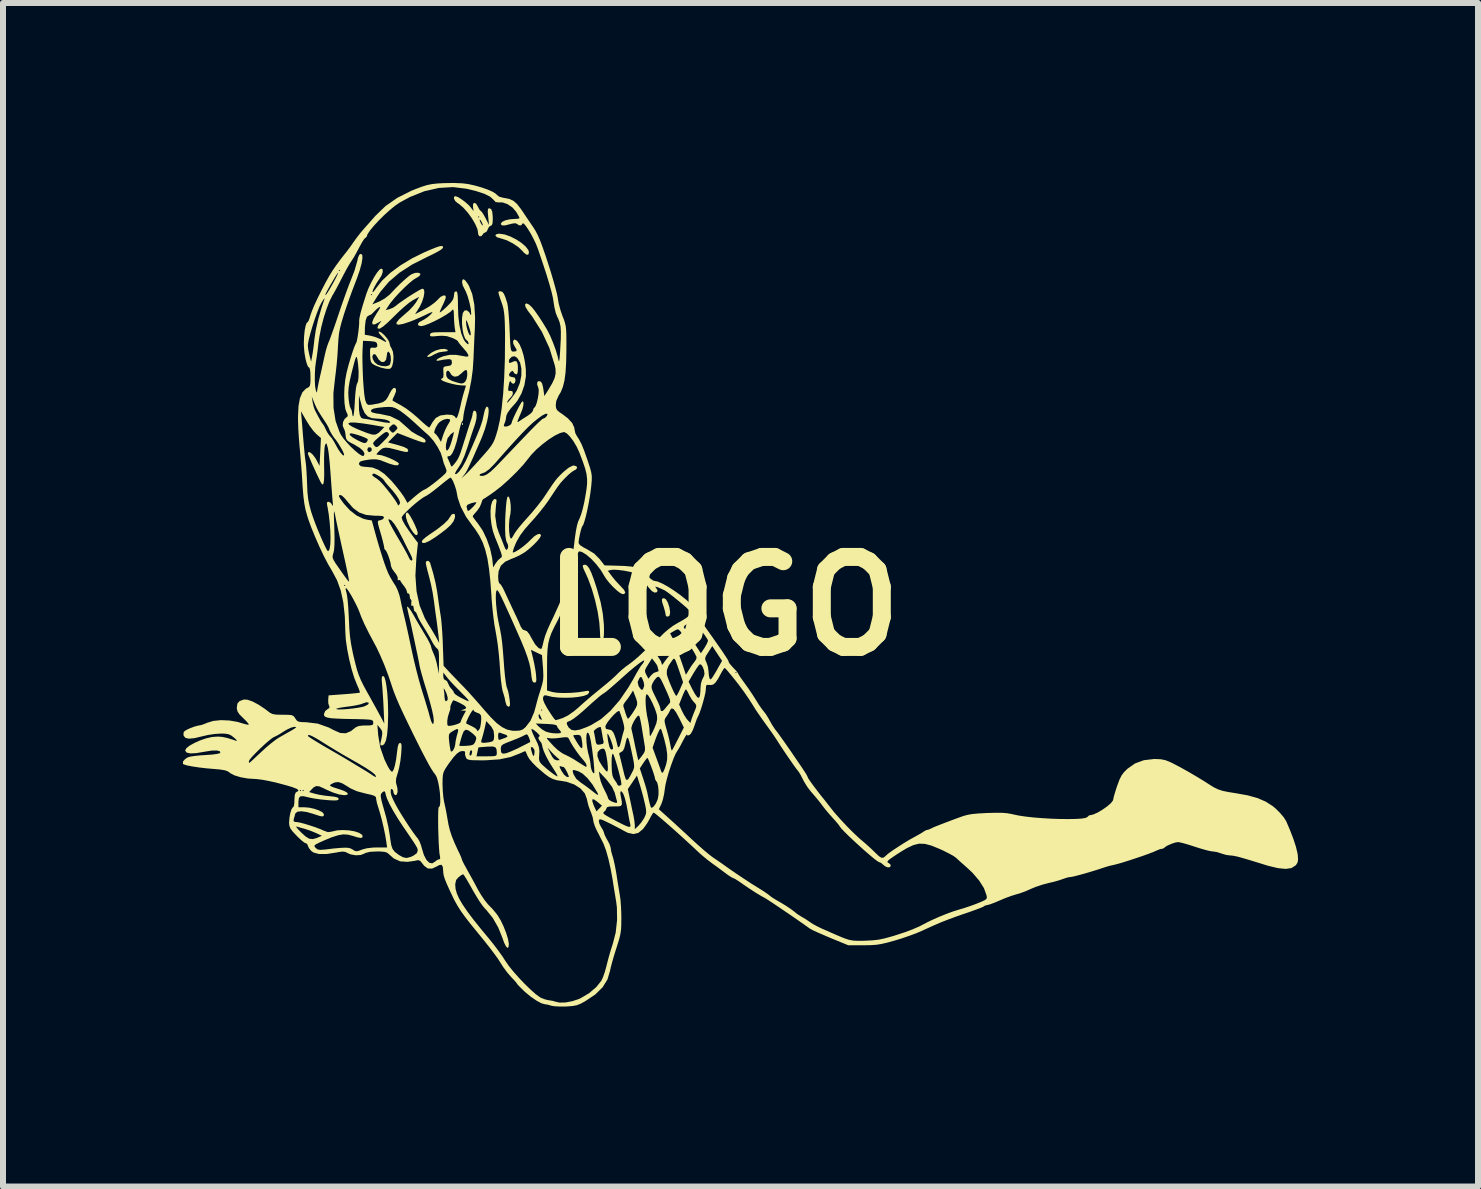
<source format=kicad_pcb>
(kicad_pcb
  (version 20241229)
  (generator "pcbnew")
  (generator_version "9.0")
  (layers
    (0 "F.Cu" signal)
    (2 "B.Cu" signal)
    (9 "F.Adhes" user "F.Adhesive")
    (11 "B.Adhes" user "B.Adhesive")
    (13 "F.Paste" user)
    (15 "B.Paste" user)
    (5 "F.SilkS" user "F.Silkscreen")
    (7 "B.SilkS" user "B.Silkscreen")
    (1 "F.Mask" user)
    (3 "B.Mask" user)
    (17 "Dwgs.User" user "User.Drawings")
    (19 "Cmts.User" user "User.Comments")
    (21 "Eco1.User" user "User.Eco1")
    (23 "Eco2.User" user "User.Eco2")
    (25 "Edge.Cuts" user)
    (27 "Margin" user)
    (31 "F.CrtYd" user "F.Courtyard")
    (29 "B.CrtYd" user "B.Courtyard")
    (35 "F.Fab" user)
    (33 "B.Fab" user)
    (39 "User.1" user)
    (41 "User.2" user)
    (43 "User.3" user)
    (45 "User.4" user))
  (footprint "LOGO"
    (layer "F.Cu")
    (at 9.007 7.056)
    (property "Reference" "LOGO" (at 0 0 0) (layer "F.SilkS") (effects (font (size 1.5 1.5) (thickness 0.3))))
    (attr board_only exclude_from_pos_files exclude_from_bom)
    (fp_poly (pts (xy -4.341 -3.053) (xy -4.339 -3.027) (xy -4.341 -3.023) (xy -4.355 -3.026) (xy -4.356 -3.038) (xy -4.348 -3.057)) (stroke (width 0) (type solid)) (fill yes) (layer "F.SilkS"))
    (fp_poly (pts (xy -0.955 -0.114) (xy -0.924 -0.061) (xy -0.899 0.013) (xy -0.886 0.095) (xy -0.886 0.1) (xy -0.893 0.153) (xy -0.922 0.174) (xy -0.954 0.166) (xy -0.961 0.141) (xy -0.969 0.095) (xy -0.987 0.03) (xy -0.993 0.011) (xy -1.018 -0.066) (xy -1.024 -0.111) (xy -1.01 -0.131) (xy -0.988 -0.134)) (stroke (width 0) (type solid)) (fill yes) (layer "F.SilkS"))
    (fp_poly (pts (xy -5.245 -1.543) (xy -5.213 -1.494) (xy -5.175 -1.426) (xy -5.14 -1.353) (xy -5.111 -1.284) (xy -5.095 -1.233) (xy -5.093 -1.22) (xy -5.103 -1.186) (xy -5.128 -1.188) (xy -5.165 -1.224) (xy -5.209 -1.289) (xy -5.224 -1.316) (xy -5.266 -1.406) (xy -5.289 -1.482) (xy -5.293 -1.537) (xy -5.275 -1.562) (xy -5.267 -1.563)) (stroke (width 0) (type solid)) (fill yes) (layer "F.SilkS"))
    (fp_poly (pts (xy -4.599 -4.275) (xy -4.591 -4.267) (xy -4.601 -4.252) (xy -4.647 -4.245) (xy -4.662 -4.244) (xy -4.741 -4.232) (xy -4.812 -4.201) (xy -4.814 -4.2) (xy -4.872 -4.168) (xy -4.916 -4.155) (xy -4.937 -4.163) (xy -4.937 -4.166) (xy -4.92 -4.183) (xy -4.878 -4.216) (xy -4.854 -4.233) (xy -4.786 -4.266) (xy -4.712 -4.286) (xy -4.645 -4.29)) (stroke (width 0) (type solid)) (fill yes) (layer "F.SilkS"))
    (fp_poly (pts (xy -3.646 -6.198) (xy -3.55 -6.164) (xy -3.453 -6.115) (xy -3.364 -6.057) (xy -3.293 -5.995) (xy -3.249 -5.936) (xy -3.239 -5.899) (xy -3.25 -5.861) (xy -3.28 -5.86) (xy -3.325 -5.895) (xy -3.348 -5.922) (xy -3.416 -5.987) (xy -3.51 -6.05) (xy -3.613 -6.102) (xy -3.708 -6.132) (xy -3.713 -6.133) (xy -3.772 -6.151) (xy -3.798 -6.176) (xy -3.789 -6.199) (xy -3.743 -6.21) (xy -3.732 -6.21)) (stroke (width 0) (type solid)) (fill yes) (layer "F.SilkS"))
    (fp_poly (pts (xy -4.475 -1.533) (xy -4.471 -1.499) (xy -4.476 -1.469) (xy -4.498 -1.414) (xy -4.544 -1.354) (xy -4.62 -1.284) (xy -4.729 -1.201) (xy -4.803 -1.149) (xy -4.903 -1.086) (xy -4.974 -1.055) (xy -5.015 -1.055) (xy -5.026 -1.08) (xy -5.009 -1.107) (xy -4.963 -1.148) (xy -4.899 -1.194) (xy -4.898 -1.195) (xy -4.761 -1.289) (xy -4.657 -1.372) (xy -4.587 -1.441) (xy -4.556 -1.488) (xy -4.528 -1.529) (xy -4.499 -1.541)) (stroke (width 0) (type solid)) (fill yes) (layer "F.SilkS"))
    (fp_poly (pts (xy -2.271 -0.678) (xy -2.236 -0.633) (xy -2.198 -0.554) (xy -2.154 -0.437) (xy -2.103 -0.28) (xy -2.103 -0.278) (xy -2.044 -0.066) (xy -2.008 0.124) (xy -1.99 0.306) (xy -1.988 0.397) (xy -1.99 0.483) (xy -1.997 0.533) (xy -2.01 0.555) (xy -2.022 0.558) (xy -2.042 0.548) (xy -2.052 0.51) (xy -2.055 0.437) (xy -2.055 0.43) (xy -2.066 0.273) (xy -2.094 0.091) (xy -2.137 -0.101) (xy -2.191 -0.288) (xy -2.253 -0.457) (xy -2.292 -0.544) (xy -2.328 -0.62) (xy -2.342 -0.665) (xy -2.336 -0.686) (xy -2.309 -0.692) (xy -2.303 -0.693)) (stroke (width 0) (type solid)) (fill yes) (layer "F.SilkS"))
    (fp_poly (pts (xy -4.425 -6.822) (xy -4.365 -6.785) (xy -4.299 -6.736) (xy -4.241 -6.684) (xy -4.217 -6.657) (xy -4.162 -6.587) (xy -4.172 -6.655) (xy -4.17 -6.708) (xy -4.149 -6.725) (xy -4.118 -6.708) (xy -4.088 -6.657) (xy -4.064 -6.611) (xy -4.044 -6.59) (xy -4.043 -6.59) (xy -4.024 -6.572) (xy -3.993 -6.524) (xy -3.965 -6.473) (xy -3.905 -6.356) (xy -3.919 -6.495) (xy -3.926 -6.573) (xy -3.923 -6.616) (xy -3.911 -6.633) (xy -3.902 -6.635) (xy -3.87 -6.621) (xy -3.851 -6.576) (xy -3.843 -6.494) (xy -3.842 -6.454) (xy -3.846 -6.384) (xy -3.859 -6.351) (xy -3.875 -6.344) (xy -3.905 -6.325) (xy -3.923 -6.289) (xy -3.943 -6.247) (xy -3.965 -6.233) (xy -3.998 -6.215) (xy -4.007 -6.199) (xy -4.034 -6.168) (xy -4.067 -6.169) (xy -4.086 -6.2) (xy -4.086 -6.216) (xy -4.097 -6.283) (xy -4.134 -6.37) (xy -4.179 -6.447) (xy -4.06 -6.447) (xy -4.058 -6.423) (xy -4.041 -6.385) (xy -4.02 -6.352) (xy -4.01 -6.344) (xy -4.01 -6.362) (xy -4.025 -6.4) (xy -4.047 -6.438) (xy -4.06 -6.447) (xy -4.179 -6.447) (xy -4.19 -6.466) (xy -4.207 -6.49) (xy -4.088 -6.49) (xy -4.077 -6.478) (xy -4.066 -6.49) (xy -4.077 -6.501) (xy -4.088 -6.49) (xy -4.207 -6.49) (xy -4.259 -6.561) (xy -4.334 -6.645) (xy -4.407 -6.707) (xy -4.432 -6.723) (xy -4.469 -6.755) (xy -4.489 -6.794) (xy -4.488 -6.825) (xy -4.467 -6.836)) (stroke (width 0) (type solid)) (fill yes) (layer "F.SilkS"))
    (fp_poly (pts (xy -4.349 -7.05) (xy -4.253 -7.038) (xy -4.14 -7.013) (xy -4.028 -6.981) (xy -3.925 -6.945) (xy -3.842 -6.908) (xy -3.789 -6.874) (xy -3.776 -6.859) (xy -3.735 -6.827) (xy -3.656 -6.806) (xy -3.647 -6.805) (xy -3.562 -6.788) (xy -3.496 -6.757) (xy -3.436 -6.703) (xy -3.371 -6.619) (xy -3.354 -6.594) (xy -3.297 -6.509) (xy -3.229 -6.408) (xy -3.169 -6.32) (xy -3.13 -6.258) (xy -3.093 -6.187) (xy -3.055 -6.101) (xy -3.014 -5.992) (xy -2.966 -5.854) (xy -2.921 -5.717) (xy -2.875 -5.573) (xy -2.834 -5.434) (xy -2.799 -5.31) (xy -2.773 -5.209) (xy -2.759 -5.139) (xy -2.758 -5.129) (xy -2.742 -5.04) (xy -2.713 -4.933) (xy -2.679 -4.835) (xy -2.655 -4.775) (xy -2.639 -4.724) (xy -2.627 -4.673) (xy -2.62 -4.613) (xy -2.616 -4.535) (xy -2.615 -4.431) (xy -2.615 -4.292) (xy -2.615 -4.274) (xy -2.619 -4.067) (xy -2.629 -3.899) (xy -2.647 -3.763) (xy -2.674 -3.655) (xy -2.71 -3.567) (xy -2.742 -3.515) (xy -2.784 -3.422) (xy -2.792 -3.359) (xy -2.788 -3.305) (xy -2.769 -3.268) (xy -2.726 -3.231) (xy -2.692 -3.21) (xy -2.59 -3.132) (xy -2.518 -3.053) (xy -2.483 -2.976) (xy -2.48 -2.95) (xy -2.466 -2.885) (xy -2.439 -2.835) (xy -2.4 -2.774) (xy -2.36 -2.696) (xy -2.318 -2.591) (xy -2.269 -2.453) (xy -2.252 -2.402) (xy -2.22 -2.304) (xy -2.201 -2.232) (xy -2.192 -2.171) (xy -2.192 -2.106) (xy -2.199 -2.02) (xy -2.206 -1.957) (xy -2.221 -1.848) (xy -2.241 -1.731) (xy -2.264 -1.615) (xy -2.288 -1.509) (xy -2.312 -1.422) (xy -2.332 -1.362) (xy -2.346 -1.34) (xy -2.359 -1.314) (xy -2.376 -1.258) (xy -2.392 -1.188) (xy -2.406 -1.117) (xy -2.412 -1.062) (xy -2.412 -1.054) (xy -2.391 -1.021) (xy -2.329 -0.98) (xy -2.278 -0.954) (xy -2.153 -0.879) (xy -2.061 -0.786) (xy -1.979 -0.681) (xy -1.788 -0.676) (xy -1.642 -0.671) (xy -1.532 -0.661) (xy -1.449 -0.643) (xy -1.383 -0.616) (xy -1.327 -0.575) (xy -1.271 -0.519) (xy -1.259 -0.505) (xy -1.21 -0.457) (xy -1.168 -0.428) (xy -1.154 -0.424) (xy -1.092 -0.411) (xy -1.01 -0.375) (xy -0.913 -0.321) (xy -0.81 -0.254) (xy -0.709 -0.181) (xy -0.616 -0.107) (xy -0.541 -0.037) (xy -0.489 0.024) (xy -0.469 0.069) (xy -0.469 0.07) (xy -0.457 0.102) (xy -0.423 0.162) (xy -0.372 0.242) (xy -0.308 0.336) (xy -0.285 0.369) (xy -0.172 0.528) (xy -0.083 0.655) (xy -0.015 0.753) (xy 0.033 0.826) (xy 0.066 0.876) (xy 0.084 0.908) (xy 0.09 0.926) (xy 0.09 0.927) (xy 0.105 0.955) (xy 0.143 1) (xy 0.168 1.027) (xy 0.213 1.074) (xy 0.241 1.109) (xy 0.246 1.118) (xy 0.258 1.142) (xy 0.291 1.192) (xy 0.339 1.259) (xy 0.359 1.287) (xy 0.425 1.379) (xy 0.491 1.478) (xy 0.545 1.563) (xy 0.549 1.57) (xy 0.596 1.645) (xy 0.642 1.711) (xy 0.672 1.749) (xy 0.71 1.799) (xy 0.753 1.868) (xy 0.771 1.901) (xy 0.814 1.977) (xy 0.86 2.047) (xy 0.877 2.069) (xy 0.912 2.114) (xy 0.967 2.191) (xy 1.04 2.294) (xy 1.126 2.418) (xy 1.221 2.557) (xy 1.322 2.705) (xy 1.337 2.729) (xy 1.376 2.788) (xy 1.401 2.833) (xy 1.407 2.849) (xy 1.42 2.875) (xy 1.455 2.926) (xy 1.505 2.995) (xy 1.564 3.073) (xy 1.625 3.152) (xy 1.652 3.185) (xy 1.705 3.251) (xy 1.759 3.321) (xy 1.765 3.328) (xy 1.846 3.431) (xy 1.95 3.549) (xy 2.064 3.671) (xy 2.177 3.784) (xy 2.277 3.877) (xy 2.294 3.891) (xy 2.377 3.962) (xy 2.459 4.036) (xy 2.524 4.099) (xy 2.534 4.109) (xy 2.596 4.168) (xy 2.639 4.194) (xy 2.674 4.19) (xy 2.711 4.159) (xy 2.715 4.154) (xy 2.754 4.121) (xy 2.822 4.072) (xy 2.91 4.014) (xy 3.008 3.951) (xy 3.107 3.891) (xy 3.199 3.84) (xy 3.223 3.827) (xy 3.285 3.792) (xy 3.333 3.763) (xy 3.344 3.754) (xy 3.382 3.733) (xy 3.395 3.731) (xy 3.433 3.72) (xy 3.457 3.709) (xy 3.487 3.694) (xy 3.534 3.673) (xy 3.606 3.645) (xy 3.707 3.606) (xy 3.842 3.555) (xy 3.921 3.526) (xy 4.002 3.497) (xy 4.076 3.477) (xy 4.154 3.464) (xy 4.25 3.455) (xy 4.375 3.448) (xy 4.401 3.447) (xy 4.542 3.443) (xy 4.65 3.444) (xy 4.735 3.451) (xy 4.808 3.464) (xy 4.837 3.471) (xy 4.928 3.49) (xy 5.043 3.507) (xy 5.177 3.522) (xy 5.322 3.533) (xy 5.471 3.542) (xy 5.618 3.547) (xy 5.755 3.548) (xy 5.875 3.546) (xy 5.973 3.54) (xy 6.04 3.529) (xy 6.07 3.514) (xy 6.071 3.513) (xy 6.098 3.487) (xy 6.111 3.485) (xy 6.168 3.472) (xy 6.242 3.439) (xy 6.321 3.392) (xy 6.397 3.339) (xy 6.459 3.286) (xy 6.495 3.24) (xy 6.501 3.221) (xy 6.508 3.184) (xy 6.527 3.117) (xy 6.554 3.031) (xy 6.567 2.993) (xy 6.604 2.893) (xy 6.639 2.822) (xy 6.681 2.766) (xy 6.737 2.711) (xy 6.737 2.71) (xy 6.866 2.62) (xy 7.011 2.567) (xy 7.18 2.547) (xy 7.204 2.547) (xy 7.294 2.551) (xy 7.37 2.566) (xy 7.451 2.598) (xy 7.501 2.623) (xy 7.62 2.685) (xy 7.758 2.762) (xy 7.899 2.845) (xy 8.027 2.923) (xy 8.098 2.969) (xy 8.175 3.017) (xy 8.246 3.052) (xy 8.325 3.078) (xy 8.423 3.098) (xy 8.543 3.117) (xy 8.744 3.153) (xy 8.909 3.199) (xy 9.046 3.259) (xy 9.164 3.335) (xy 9.211 3.375) (xy 9.281 3.445) (xy 9.343 3.518) (xy 9.382 3.58) (xy 9.384 3.583) (xy 9.448 3.733) (xy 9.504 3.878) (xy 9.546 4.008) (xy 9.572 4.114) (xy 9.578 4.15) (xy 9.582 4.224) (xy 9.574 4.272) (xy 9.55 4.311) (xy 9.538 4.323) (xy 9.472 4.365) (xy 9.375 4.379) (xy 9.246 4.366) (xy 9.083 4.327) (xy 9.041 4.314) (xy 8.873 4.262) (xy 8.742 4.222) (xy 8.642 4.193) (xy 8.568 4.173) (xy 8.514 4.162) (xy 8.473 4.156) (xy 8.452 4.155) (xy 8.383 4.146) (xy 8.309 4.124) (xy 8.303 4.122) (xy 8.232 4.099) (xy 8.165 4.088) (xy 8.159 4.088) (xy 8.112 4.081) (xy 8.035 4.062) (xy 7.939 4.034) (xy 7.864 4.01) (xy 7.764 3.978) (xy 7.675 3.952) (xy 7.609 3.936) (xy 7.581 3.932) (xy 7.532 3.94) (xy 7.469 3.962) (xy 7.407 3.989) (xy 7.364 4.015) (xy 7.353 4.027) (xy 7.328 4.042) (xy 7.312 4.043) (xy 7.269 4.054) (xy 7.219 4.075) (xy 7.169 4.097) (xy 7.086 4.129) (xy 6.982 4.166) (xy 6.866 4.205) (xy 6.75 4.243) (xy 6.645 4.276) (xy 6.559 4.3) (xy 6.519 4.31) (xy 6.44 4.328) (xy 6.368 4.349) (xy 6.356 4.353) (xy 6.25 4.388) (xy 6.137 4.423) (xy 6.026 4.456) (xy 5.927 4.483) (xy 5.848 4.503) (xy 5.8 4.513) (xy 5.794 4.513) (xy 5.742 4.521) (xy 5.677 4.542) (xy 5.666 4.546) (xy 5.602 4.568) (xy 5.514 4.593) (xy 5.425 4.614) (xy 5.319 4.642) (xy 5.206 4.68) (xy 5.129 4.712) (xy 5.038 4.752) (xy 4.942 4.787) (xy 4.881 4.804) (xy 4.805 4.828) (xy 4.708 4.863) (xy 4.611 4.904) (xy 4.604 4.907) (xy 4.522 4.942) (xy 4.451 4.968) (xy 4.405 4.981) (xy 4.4 4.982) (xy 4.362 4.99) (xy 4.352 4.999) (xy 4.33 5.012) (xy 4.272 5.036) (xy 4.188 5.067) (xy 4.085 5.104) (xy 4.043 5.118) (xy 3.884 5.173) (xy 3.751 5.222) (xy 3.631 5.269) (xy 3.508 5.322) (xy 3.366 5.386) (xy 3.317 5.409) (xy 3.222 5.45) (xy 3.1 5.495) (xy 2.968 5.54) (xy 2.863 5.572) (xy 2.737 5.607) (xy 2.638 5.63) (xy 2.55 5.644) (xy 2.457 5.65) (xy 2.344 5.652) (xy 2.336 5.652) (xy 2.084 5.652) (xy 1.789 5.531) (xy 1.679 5.484) (xy 1.58 5.441) (xy 1.501 5.405) (xy 1.453 5.379) (xy 1.445 5.375) (xy 1.354 5.31) (xy 1.249 5.237) (xy 1.138 5.16) (xy 1.025 5.083) (xy 0.92 5.012) (xy 0.828 4.95) (xy 0.756 4.903) (xy 0.712 4.875) (xy 0.704 4.87) (xy 0.634 4.831) (xy 0.542 4.776) (xy 0.442 4.711) (xy 0.349 4.648) (xy 0.325 4.631) (xy 0.257 4.584) (xy 0.202 4.549) (xy 0.17 4.534) (xy 0.169 4.533) (xy 0.139 4.52) (xy 0.088 4.487) (xy 0.045 4.456) (xy -0.031 4.399) (xy -0.119 4.334) (xy -0.179 4.291) (xy -0.261 4.229) (xy -0.344 4.161) (xy -0.393 4.118) (xy -0.529 3.991) (xy -0.662 3.869) (xy -0.788 3.755) (xy -0.902 3.654) (xy -1.001 3.568) (xy -1.08 3.501) (xy -1.134 3.457) (xy -1.161 3.44) (xy -1.162 3.44) (xy -1.179 3.459) (xy -1.206 3.505) (xy -1.223 3.538) (xy -1.269 3.619) (xy -1.326 3.699) (xy -1.341 3.717) (xy -1.416 3.779) (xy -1.498 3.798) (xy -1.592 3.777) (xy -1.647 3.749) (xy -1.708 3.715) (xy -1.793 3.671) (xy -1.884 3.624) (xy -1.899 3.617) (xy -1.981 3.577) (xy -2.031 3.556) (xy -2.058 3.552) (xy -2.07 3.563) (xy -2.074 3.576) (xy -2.066 3.623) (xy -2.038 3.678) (xy -2.034 3.684) (xy -2.003 3.736) (xy -1.988 3.776) (xy -1.988 3.779) (xy -1.976 3.815) (xy -1.948 3.871) (xy -1.932 3.898) (xy -1.898 3.962) (xy -1.879 4.017) (xy -1.876 4.032) (xy -1.869 4.082) (xy -1.851 4.148) (xy -1.845 4.166) (xy -1.828 4.227) (xy -1.808 4.317) (xy -1.788 4.423) (xy -1.777 4.49) (xy -1.76 4.602) (xy -1.742 4.71) (xy -1.727 4.8) (xy -1.721 4.837) (xy -1.712 4.907) (xy -1.705 5.006) (xy -1.7 5.12) (xy -1.699 5.195) (xy -1.7 5.304) (xy -1.704 5.39) (xy -1.715 5.467) (xy -1.735 5.55) (xy -1.767 5.654) (xy -1.785 5.709) (xy -1.82 5.822) (xy -1.851 5.929) (xy -1.875 6.019) (xy -1.887 6.076) (xy -1.93 6.221) (xy -2.011 6.352) (xy -2.133 6.472) (xy -2.297 6.582) (xy -2.3 6.584) (xy -2.377 6.626) (xy -2.44 6.651) (xy -2.507 6.664) (xy -2.595 6.671) (xy -2.635 6.673) (xy -2.728 6.673) (xy -2.808 6.669) (xy -2.862 6.661) (xy -2.871 6.658) (xy -2.93 6.641) (xy -2.969 6.636) (xy -3.031 6.619) (xy -3.113 6.575) (xy -3.208 6.51) (xy -3.306 6.429) (xy -3.335 6.401) (xy -3.389 6.348) (xy -3.427 6.308) (xy -3.44 6.29) (xy -3.455 6.269) (xy -3.492 6.227) (xy -3.535 6.182) (xy -3.597 6.111) (xy -3.664 6.021) (xy -3.714 5.943) (xy -3.754 5.88) (xy -3.818 5.792) (xy -3.898 5.686) (xy -3.99 5.57) (xy -4.086 5.452) (xy -4.095 5.441) (xy -4.211 5.299) (xy -4.302 5.182) (xy -4.374 5.082) (xy -4.431 4.992) (xy -4.48 4.904) (xy -4.497 4.87) (xy -4.562 4.733) (xy -4.609 4.629) (xy -4.641 4.55) (xy -4.66 4.489) (xy -4.668 4.44) (xy -4.669 4.415) (xy -4.676 4.343) (xy -4.697 4.31) (xy -4.737 4.316) (xy -4.77 4.335) (xy -4.854 4.374) (xy -4.925 4.372) (xy -4.986 4.327) (xy -5.007 4.3) (xy -5.048 4.249) (xy -5.082 4.232) (xy -5.105 4.236) (xy -5.152 4.246) (xy -5.224 4.256) (xy -5.266 4.261) (xy -5.386 4.253) (xy -5.491 4.206) (xy -5.573 4.134) (xy -5.603 4.109) (xy -5.646 4.095) (xy -5.714 4.089) (xy -5.774 4.088) (xy -5.889 4.094) (xy -5.962 4.112) (xy -5.977 4.121) (xy -6.043 4.147) (xy -6.128 4.152) (xy -6.214 4.136) (xy -6.257 4.117) (xy -6.3 4.096) (xy -6.344 4.09) (xy -6.405 4.097) (xy -6.451 4.106) (xy -6.614 4.131) (xy -6.74 4.131) (xy -6.831 4.106) (xy -6.87 4.078) (xy -6.908 4.031) (xy -6.925 3.991) (xy -6.925 3.989) (xy -6.941 3.958) (xy -6.956 3.954) (xy -6.986 3.939) (xy -7.036 3.899) (xy -7.097 3.842) (xy -7.112 3.826) (xy -7.177 3.757) (xy -7.214 3.707) (xy -7.226 3.679) (xy -7.119 3.679) (xy -7.094 3.711) (xy -7.047 3.761) (xy -7.035 3.773) (xy -6.961 3.84) (xy -6.901 3.876) (xy -6.843 3.882) (xy -6.776 3.864) (xy -6.758 3.856) (xy -6.691 3.827) (xy -6.791 3.78) (xy -6.876 3.745) (xy -6.964 3.715) (xy -6.988 3.708) (xy -7.055 3.69) (xy -7.107 3.675) (xy -7.117 3.671) (xy -7.119 3.679) (xy -7.226 3.679) (xy -7.232 3.663) (xy -7.238 3.615) (xy -7.238 3.608) (xy -7.236 3.584) (xy -7.163 3.584) (xy -7.137 3.596) (xy -7.119 3.597) (xy -7.069 3.604) (xy -6.99 3.624) (xy -6.895 3.653) (xy -6.798 3.685) (xy -6.712 3.718) (xy -6.653 3.744) (xy -6.59 3.766) (xy -6.529 3.758) (xy -6.518 3.755) (xy -6.435 3.736) (xy -6.338 3.731) (xy -6.238 3.737) (xy -6.145 3.753) (xy -6.07 3.778) (xy -6.023 3.809) (xy -6.013 3.828) (xy -6.016 3.855) (xy -6.044 3.863) (xy -6.101 3.852) (xy -6.175 3.829) (xy -6.255 3.808) (xy -6.334 3.803) (xy -6.421 3.818) (xy -6.527 3.852) (xy -6.641 3.899) (xy -6.731 3.939) (xy -6.786 3.966) (xy -6.812 3.986) (xy -6.815 4.003) (xy -6.801 4.022) (xy -6.797 4.027) (xy -6.765 4.053) (xy -6.722 4.062) (xy -6.652 4.057) (xy -6.646 4.057) (xy -6.498 4.039) (xy -6.387 4.029) (xy -6.307 4.025) (xy -6.25 4.028) (xy -6.211 4.038) (xy -6.185 4.052) (xy -6.144 4.078) (xy -6.11 4.085) (xy -6.066 4.074) (xy -6.017 4.055) (xy -5.946 4.036) (xy -5.849 4.024) (xy -5.771 4.021) (xy -5.604 4.021) (xy -5.619 3.915) (xy -5.636 3.813) (xy -5.662 3.687) (xy -5.693 3.556) (xy -5.726 3.436) (xy -5.751 3.354) (xy -5.773 3.283) (xy -5.785 3.223) (xy -5.786 3.208) (xy -5.791 3.183) (xy -5.795 3.179) (xy -5.709 3.179) (xy -5.697 3.24) (xy -5.672 3.333) (xy -5.668 3.346) (xy -5.618 3.524) (xy -5.583 3.678) (xy -5.558 3.825) (xy -5.55 3.887) (xy -5.535 3.982) (xy -5.513 4.046) (xy -5.476 4.094) (xy -5.416 4.14) (xy -5.412 4.144) (xy -5.339 4.185) (xy -5.278 4.197) (xy -5.21 4.179) (xy -5.172 4.162) (xy -5.111 4.12) (xy -5.094 4.078) (xy -5.094 4.061) (xy -5.098 4.043) (xy -5.108 4.019) (xy -5.128 3.984) (xy -5.161 3.932) (xy -5.211 3.858) (xy -5.28 3.756) (xy -5.336 3.675) (xy -5.425 3.539) (xy -5.502 3.411) (xy -5.564 3.297) (xy -5.607 3.203) (xy -5.628 3.137) (xy -5.63 3.122) (xy -5.641 3.087) (xy -5.669 3.091) (xy -5.697 3.117) (xy -5.709 3.141) (xy -5.709 3.179) (xy -5.795 3.179) (xy -5.811 3.164) (xy -5.856 3.147) (xy -5.933 3.129) (xy -5.969 3.121) (xy -6.107 3.084) (xy -6.217 3.035) (xy -6.265 3.004) (xy -6.35 2.953) (xy -6.416 2.931) (xy -6.475 2.937) (xy -6.521 2.958) (xy -6.549 2.975) (xy -6.556 2.989) (xy -6.536 3.004) (xy -6.484 3.024) (xy -6.395 3.052) (xy -6.316 3.081) (xy -6.269 3.109) (xy -6.256 3.132) (xy -6.282 3.147) (xy -6.322 3.15) (xy -6.404 3.138) (xy -6.51 3.104) (xy -6.627 3.053) (xy -6.66 3.036) (xy -6.733 3.003) (xy -6.785 2.998) (xy -6.829 3.02) (xy -6.855 3.046) (xy -6.904 3.098) (xy -6.812 3.125) (xy -6.74 3.142) (xy -6.647 3.157) (xy -6.566 3.166) (xy -6.48 3.176) (xy -6.431 3.188) (xy -6.412 3.206) (xy -6.411 3.212) (xy -6.418 3.228) (xy -6.442 3.236) (xy -6.492 3.238) (xy -6.576 3.234) (xy -6.607 3.231) (xy -6.713 3.221) (xy -6.817 3.206) (xy -6.901 3.19) (xy -6.914 3.186) (xy -6.998 3.167) (xy -7.049 3.169) (xy -7.074 3.196) (xy -7.081 3.25) (xy -7.082 3.264) (xy -7.082 3.351) (xy -6.989 3.351) (xy -6.904 3.358) (xy -6.817 3.377) (xy -6.74 3.404) (xy -6.683 3.434) (xy -6.658 3.465) (xy -6.657 3.468) (xy -6.661 3.494) (xy -6.679 3.504) (xy -6.718 3.499) (xy -6.786 3.478) (xy -6.83 3.463) (xy -6.941 3.431) (xy -7.033 3.418) (xy -7.099 3.426) (xy -7.133 3.453) (xy -7.134 3.457) (xy -7.149 3.511) (xy -7.16 3.546) (xy -7.163 3.584) (xy -7.236 3.584) (xy -7.232 3.531) (xy -7.219 3.454) (xy -7.2 3.392) (xy -7.179 3.355) (xy -7.17 3.351) (xy -7.158 3.331) (xy -7.15 3.279) (xy -7.149 3.23) (xy -7.144 3.151) (xy -7.129 3.108) (xy -7.115 3.097) (xy -7.086 3.081) (xy -7.085 3.072) (xy -7.059 3.072) (xy -7.048 3.083) (xy -7.037 3.072) (xy -7.015 3.072) (xy -7.003 3.083) (xy -6.992 3.072) (xy -7.003 3.061) (xy -7.015 3.072) (xy -7.037 3.072) (xy -7.048 3.061) (xy -7.059 3.072) (xy -7.085 3.072) (xy -7.084 3.063) (xy -7.113 3.043) (xy -7.176 3.018) (xy -7.275 2.988) (xy -7.414 2.951) (xy -7.468 2.937) (xy -7.577 2.913) (xy -7.684 2.893) (xy -7.772 2.882) (xy -7.803 2.88) (xy -7.927 2.872) (xy -8.045 2.851) (xy -8.145 2.821) (xy -8.215 2.785) (xy -8.225 2.777) (xy -8.262 2.751) (xy -8.313 2.734) (xy -8.39 2.722) (xy -8.467 2.715) (xy -8.608 2.703) (xy -8.738 2.688) (xy -8.851 2.671) (xy -8.938 2.654) (xy -8.993 2.637) (xy -9.007 2.628) (xy -9.007 2.591) (xy -9.001 2.583) (xy -7.908 2.583) (xy -7.905 2.611) (xy -7.903 2.613) (xy -7.885 2.599) (xy -7.842 2.56) (xy -7.78 2.502) (xy -7.707 2.434) (xy -7.621 2.355) (xy -7.534 2.282) (xy -7.46 2.225) (xy -7.417 2.196) (xy -7.356 2.161) (xy -6.925 2.161) (xy -6.907 2.178) (xy -6.856 2.212) (xy -6.78 2.259) (xy -6.685 2.316) (xy -6.634 2.346) (xy -6.521 2.411) (xy -6.412 2.474) (xy -6.317 2.53) (xy -6.248 2.571) (xy -6.233 2.58) (xy -6.148 2.632) (xy -6.053 2.689) (xy -6.005 2.718) (xy -5.933 2.762) (xy -5.872 2.801) (xy -5.842 2.822) (xy -5.8 2.846) (xy -5.787 2.839) (xy -5.807 2.806) (xy -5.816 2.797) (xy -5.869 2.755) (xy -5.961 2.694) (xy -6.092 2.616) (xy -6.255 2.523) (xy -6.346 2.471) (xy -6.458 2.404) (xy -6.575 2.333) (xy -6.648 2.287) (xy -6.759 2.218) (xy -6.839 2.173) (xy -6.89 2.15) (xy -6.918 2.147) (xy -6.925 2.161) (xy -7.356 2.161) (xy -7.335 2.149) (xy -7.244 2.097) (xy -7.204 2.075) (xy -7.145 2.039) (xy -7.121 2.02) (xy -7.129 2.012) (xy -7.152 2.011) (xy -7.202 2.023) (xy -7.271 2.055) (xy -7.325 2.087) (xy -7.394 2.131) (xy -7.455 2.165) (xy -7.487 2.179) (xy -7.523 2.201) (xy -7.58 2.246) (xy -7.649 2.306) (xy -7.722 2.375) (xy -7.793 2.445) (xy -7.853 2.508) (xy -7.894 2.557) (xy -7.908 2.583) (xy -9.001 2.583) (xy -8.971 2.548) (xy -8.926 2.519) (xy -8.886 2.507) (xy -8.812 2.496) (xy -8.716 2.486) (xy -8.636 2.481) (xy -8.521 2.473) (xy -8.438 2.462) (xy -8.392 2.45) (xy -8.384 2.443) (xy -8.393 2.417) (xy -8.441 2.405) (xy -8.522 2.406) (xy -8.632 2.423) (xy -8.649 2.426) (xy -8.787 2.449) (xy -8.885 2.454) (xy -8.945 2.44) (xy -8.969 2.408) (xy -8.969 2.401) (xy -8.949 2.366) (xy -8.895 2.323) (xy -8.817 2.28) (xy -8.724 2.238) (xy -8.626 2.204) (xy -8.532 2.182) (xy -8.501 2.178) (xy -8.422 2.173) (xy -8.349 2.179) (xy -8.269 2.196) (xy -8.166 2.228) (xy -8.12 2.244) (xy -8.106 2.243) (xy -8.126 2.218) (xy -8.154 2.192) (xy -8.203 2.154) (xy -8.25 2.133) (xy -8.311 2.124) (xy -8.376 2.123) (xy -8.474 2.129) (xy -8.588 2.146) (xy -8.684 2.168) (xy -8.813 2.199) (xy -8.905 2.208) (xy -8.965 2.195) (xy -8.995 2.16) (xy -8.998 2.142) (xy -8.997 2.106) (xy -8.977 2.079) (xy -8.927 2.051) (xy -8.894 2.036) (xy -8.823 2.009) (xy -8.763 1.992) (xy -8.74 1.988) (xy -8.695 1.979) (xy -8.631 1.955) (xy -8.606 1.944) (xy -8.502 1.912) (xy -8.373 1.899) (xy -8.232 1.905) (xy -8.095 1.929) (xy -8.052 1.942) (xy -7.981 1.963) (xy -7.929 1.975) (xy -7.909 1.974) (xy -7.918 1.955) (xy -7.953 1.914) (xy -8.004 1.864) (xy -8.065 1.803) (xy -8.097 1.755) (xy -8.109 1.707) (xy -8.109 1.69) (xy -8.1 1.623) (xy -8.064 1.582) (xy -7.994 1.556) (xy -7.99 1.555) (xy -7.93 1.559) (xy -7.845 1.589) (xy -7.747 1.641) (xy -7.642 1.711) (xy -7.596 1.746) (xy -7.552 1.779) (xy -7.509 1.798) (xy -7.453 1.807) (xy -7.371 1.809) (xy -7.344 1.809) (xy -7.255 1.81) (xy -7.2 1.815) (xy -7.168 1.828) (xy -7.146 1.851) (xy -7.134 1.871) (xy -7.111 1.904) (xy -7.083 1.923) (xy -7.036 1.931) (xy -6.959 1.934) (xy -6.95 1.934) (xy -6.76 1.957) (xy -6.574 2.023) (xy -6.49 2.067) (xy -6.385 2.113) (xy -6.293 2.118) (xy -6.207 2.082) (xy -6.173 2.055) (xy -6.123 2.016) (xy -6.073 1.996) (xy -6.006 1.989) (xy -5.964 1.988) (xy -5.89 1.987) (xy -5.851 1.98) (xy -5.836 1.965) (xy -5.835 1.937) (xy -5.838 1.918) (xy -5.849 1.904) (xy -5.872 1.894) (xy -5.917 1.889) (xy -5.989 1.885) (xy -6.096 1.882) (xy -6.165 1.881) (xy -6.327 1.878) (xy -6.449 1.873) (xy -6.538 1.867) (xy -6.597 1.857) (xy -6.634 1.844) (xy -6.652 1.826) (xy -6.657 1.802) (xy -6.657 1.8) (xy -6.637 1.749) (xy -6.602 1.72) (xy -6.587 1.71) (xy -6.452 1.71) (xy -6.443 1.718) (xy -6.399 1.721) (xy -6.332 1.719) (xy -6.249 1.713) (xy -6.162 1.703) (xy -6.08 1.691) (xy -6.013 1.678) (xy -5.977 1.667) (xy -5.921 1.637) (xy -5.908 1.612) (xy -5.912 1.608) (xy -5.95 1.6) (xy -6.001 1.619) (xy -6.054 1.637) (xy -6.137 1.655) (xy -6.232 1.67) (xy -6.252 1.672) (xy -6.339 1.684) (xy -6.408 1.696) (xy -6.447 1.707) (xy -6.452 1.71) (xy -6.587 1.71) (xy -6.565 1.693) (xy -6.567 1.666) (xy -6.57 1.662) (xy -6.584 1.621) (xy -6.586 1.562) (xy -6.586 1.56) (xy -6.579 1.486) (xy -6.322 1.467) (xy -6.22 1.459) (xy -6.136 1.451) (xy -6.078 1.444) (xy -6.057 1.44) (xy -6.061 1.417) (xy -6.08 1.366) (xy -6.104 1.312) (xy -6.151 1.195) (xy -6.196 1.048) (xy -6.236 0.884) (xy -6.269 0.717) (xy -6.292 0.562) (xy -6.3 0.432) (xy -6.3 0.428) (xy -6.309 0.164) (xy -6.334 -0.064) (xy -6.377 -0.262) (xy -6.383 -0.278) (xy -6.295 -0.278) (xy -6.282 -0.228) (xy -6.28 -0.222) (xy -6.271 -0.175) (xy -6.261 -0.093) (xy -6.252 0.014) (xy -6.245 0.136) (xy -6.242 0.198) (xy -6.234 0.367) (xy -6.222 0.508) (xy -6.203 0.638) (xy -6.176 0.774) (xy -6.163 0.833) (xy -6.132 0.961) (xy -6.105 1.062) (xy -6.076 1.148) (xy -6.042 1.23) (xy -5.997 1.321) (xy -5.937 1.432) (xy -5.894 1.508) (xy -5.837 1.611) (xy -5.781 1.712) (xy -5.734 1.799) (xy -5.71 1.843) (xy -5.651 1.955) (xy -5.662 1.698) (xy -5.668 1.578) (xy -5.676 1.458) (xy -5.683 1.355) (xy -5.688 1.301) (xy -5.694 1.223) (xy -5.691 1.18) (xy -5.678 1.163) (xy -5.67 1.162) (xy -5.649 1.183) (xy -5.63 1.243) (xy -5.614 1.335) (xy -5.6 1.454) (xy -5.591 1.594) (xy -5.587 1.748) (xy -5.587 1.822) (xy -5.592 2.004) (xy -5.604 2.143) (xy -5.624 2.241) (xy -5.652 2.3) (xy -5.683 2.32) (xy -5.713 2.318) (xy -5.716 2.287) (xy -5.713 2.275) (xy -5.693 2.185) (xy -5.685 2.126) (xy -5.687 2.088) (xy -5.7 2.059) (xy -5.72 2.033) (xy -5.766 1.977) (xy -5.752 2.153) (xy -5.718 2.353) (xy -5.648 2.554) (xy -5.589 2.676) (xy -5.556 2.729) (xy -5.528 2.757) (xy -5.518 2.759) (xy -5.495 2.724) (xy -5.473 2.652) (xy -5.453 2.549) (xy -5.438 2.429) (xy -5.426 2.344) (xy -5.412 2.296) (xy -5.393 2.279) (xy -5.389 2.279) (xy -5.373 2.285) (xy -5.364 2.309) (xy -5.363 2.359) (xy -5.368 2.444) (xy -5.37 2.47) (xy -5.382 2.577) (xy -5.402 2.686) (xy -5.424 2.774) (xy -5.428 2.784) (xy -5.453 2.871) (xy -5.457 2.932) (xy -5.45 2.963) (xy -5.432 3.033) (xy -5.429 3.096) (xy -5.443 3.139) (xy -5.462 3.15) (xy -5.489 3.131) (xy -5.496 3.107) (xy -5.504 3.069) (xy -5.522 3.047) (xy -5.539 3.05) (xy -5.543 3.065) (xy -5.543 3.111) (xy -5.531 3.16) (xy -5.503 3.225) (xy -5.468 3.295) (xy -5.424 3.375) (xy -5.365 3.473) (xy -5.298 3.579) (xy -5.23 3.683) (xy -5.167 3.774) (xy -5.116 3.843) (xy -5.094 3.869) (xy -5.065 3.917) (xy -5.037 3.99) (xy -5.023 4.041) (xy -4.99 4.149) (xy -4.948 4.229) (xy -4.901 4.276) (xy -4.852 4.287) (xy -4.805 4.258) (xy -4.803 4.256) (xy -4.764 4.227) (xy -4.742 4.222) (xy -4.72 4.211) (xy -4.721 4.172) (xy -4.724 4.161) (xy -4.732 4.113) (xy -4.738 4.036) (xy -4.744 3.936) (xy -4.748 3.824) (xy -4.752 3.707) (xy -4.753 3.594) (xy -4.753 3.494) (xy -4.751 3.414) (xy -4.747 3.364) (xy -4.743 3.351) (xy -4.726 3.331) (xy -4.718 3.277) (xy -4.718 3.2) (xy -4.724 3.109) (xy -4.737 3.014) (xy -4.746 2.968) (xy -4.68 2.968) (xy -4.676 3.074) (xy -4.667 3.178) (xy -4.654 3.261) (xy -4.651 3.273) (xy -4.632 3.358) (xy -4.612 3.461) (xy -4.6 3.53) (xy -4.581 3.638) (xy -4.558 3.733) (xy -4.527 3.828) (xy -4.485 3.933) (xy -4.427 4.061) (xy -4.398 4.12) (xy -4.372 4.178) (xy -4.358 4.217) (xy -4.356 4.224) (xy -4.346 4.25) (xy -4.319 4.304) (xy -4.28 4.374) (xy -4.276 4.382) (xy -4.227 4.47) (xy -4.168 4.577) (xy -4.11 4.685) (xy -4.095 4.714) (xy -4.04 4.808) (xy -3.981 4.896) (xy -3.927 4.964) (xy -3.91 4.982) (xy -3.845 5.049) (xy -3.779 5.129) (xy -3.756 5.161) (xy -3.707 5.243) (xy -3.659 5.345) (xy -3.618 5.451) (xy -3.588 5.549) (xy -3.575 5.625) (xy -3.574 5.633) (xy -3.581 5.684) (xy -3.598 5.696) (xy -3.622 5.671) (xy -3.652 5.611) (xy -3.684 5.523) (xy -3.751 5.356) (xy -3.842 5.197) (xy -3.949 5.064) (xy -3.974 5.039) (xy -4.012 4.993) (xy -4.064 4.919) (xy -4.122 4.825) (xy -4.182 4.723) (xy -4.183 4.72) (xy -4.236 4.626) (xy -4.282 4.547) (xy -4.316 4.493) (xy -4.335 4.468) (xy -4.336 4.468) (xy -4.362 4.48) (xy -4.405 4.511) (xy -4.409 4.514) (xy -4.452 4.562) (xy -4.467 4.626) (xy -4.468 4.645) (xy -4.462 4.715) (xy -4.441 4.789) (xy -4.404 4.873) (xy -4.347 4.97) (xy -4.269 5.085) (xy -4.167 5.221) (xy -4.038 5.382) (xy -3.914 5.531) (xy -3.832 5.633) (xy -3.751 5.74) (xy -3.68 5.839) (xy -3.635 5.909) (xy -3.578 5.992) (xy -3.5 6.089) (xy -3.409 6.192) (xy -3.312 6.294) (xy -3.216 6.387) (xy -3.13 6.464) (xy -3.059 6.516) (xy -3.035 6.53) (xy -2.968 6.555) (xy -2.909 6.569) (xy -2.901 6.569) (xy -2.838 6.58) (xy -2.804 6.591) (xy -2.728 6.608) (xy -2.627 6.605) (xy -2.516 6.584) (xy -2.407 6.548) (xy -2.379 6.535) (xy -2.235 6.45) (xy -2.115 6.347) (xy -2.033 6.244) (xy -2.006 6.187) (xy -1.976 6.102) (xy -1.949 6.006) (xy -1.944 5.984) (xy -1.914 5.868) (xy -1.878 5.742) (xy -1.843 5.633) (xy -1.842 5.63) (xy -1.793 5.44) (xy -1.77 5.231) (xy -1.773 5.022) (xy -1.785 4.926) (xy -1.801 4.829) (xy -1.821 4.709) (xy -1.84 4.589) (xy -1.844 4.56) (xy -1.877 4.38) (xy -1.914 4.214) (xy -1.954 4.072) (xy -1.995 3.963) (xy -2.006 3.939) (xy -2.042 3.868) (xy -2.085 3.783) (xy -2.108 3.739) (xy -2.141 3.666) (xy -2.162 3.601) (xy -2.167 3.571) (xy -2.177 3.519) (xy -2.2 3.45) (xy -2.2 3.449) (xy -2 3.449) (xy -1.986 3.467) (xy -1.947 3.492) (xy -1.88 3.53) (xy -1.792 3.577) (xy -1.687 3.631) (xy -1.615 3.665) (xy -1.571 3.679) (xy -1.55 3.675) (xy -1.547 3.652) (xy -1.552 3.625) (xy -1.565 3.567) (xy -1.58 3.488) (xy -1.588 3.44) (xy -1.614 3.305) (xy -1.641 3.197) (xy -1.668 3.124) (xy -1.693 3.089) (xy -1.696 3.087) (xy -1.714 3.09) (xy -1.716 3.121) (xy -1.709 3.164) (xy -1.692 3.251) (xy -1.69 3.303) (xy -1.707 3.329) (xy -1.748 3.337) (xy -1.815 3.337) (xy -1.896 3.339) (xy -1.937 3.351) (xy -1.944 3.362) (xy -1.959 3.399) (xy -1.978 3.418) (xy -1.995 3.435) (xy -2 3.449) (xy -2.2 3.449) (xy -2.213 3.419) (xy -2.245 3.333) (xy -2.266 3.252) (xy -2.183 3.252) (xy -2.159 3.322) (xy -2.154 3.332) (xy -2.114 3.42) (xy -2.068 3.373) (xy -2.022 3.325) (xy -2.1 3.259) (xy -2.154 3.221) (xy -2.182 3.219) (xy -2.183 3.252) (xy -2.266 3.252) (xy -2.268 3.242) (xy -2.272 3.218) (xy -2.307 3.122) (xy -2.379 3.039) (xy -2.483 2.972) (xy -2.611 2.927) (xy -2.7 2.912) (xy -2.773 2.901) (xy -2.837 2.882) (xy -2.9 2.85) (xy -2.971 2.799) (xy -3.059 2.724) (xy -3.116 2.674) (xy -3.18 2.609) (xy -3.234 2.544) (xy -3.263 2.495) (xy -3.284 2.445) (xy -3.296 2.418) (xy -3.297 2.417) (xy -3.318 2.421) (xy -3.364 2.442) (xy -3.388 2.453) (xy -3.545 2.514) (xy -3.732 2.553) (xy -3.954 2.568) (xy -4.011 2.569) (xy -4.122 2.568) (xy -4.196 2.566) (xy -4.243 2.559) (xy -4.27 2.548) (xy -4.286 2.531) (xy -4.29 2.523) (xy -4.296 2.502) (xy -4.114 2.502) (xy -3.945 2.502) (xy -3.859 2.501) (xy -3.808 2.497) (xy -3.784 2.487) (xy -3.776 2.467) (xy -3.775 2.448) (xy -3.779 2.388) (xy -3.781 2.384) (xy -3.708 2.384) (xy -3.703 2.435) (xy -3.682 2.455) (xy -3.654 2.457) (xy -3.611 2.448) (xy -3.54 2.421) (xy -3.455 2.383) (xy -3.414 2.364) (xy -3.4 2.356) (xy -3.207 2.356) (xy -3.203 2.393) (xy -3.184 2.457) (xy -3.17 2.495) (xy -3.159 2.492) (xy -3.149 2.469) (xy -3.145 2.414) (xy -3.153 2.385) (xy -3.179 2.352) (xy -3.193 2.346) (xy -3.207 2.356) (xy -3.4 2.356) (xy -3.332 2.322) (xy -3.267 2.289) (xy -3.227 2.268) (xy -3.219 2.264) (xy -3.221 2.241) (xy -3.237 2.195) (xy -3.239 2.189) (xy -3.261 2.145) (xy -3.283 2.135) (xy -3.315 2.151) (xy -3.358 2.173) (xy -3.429 2.204) (xy -3.515 2.238) (xy -3.535 2.246) (xy -3.62 2.279) (xy -3.671 2.303) (xy -3.698 2.326) (xy -3.707 2.354) (xy -3.708 2.384) (xy -3.781 2.384) (xy -3.797 2.353) (xy -3.838 2.339) (xy -3.912 2.34) (xy -3.938 2.341) (xy -4.011 2.347) (xy -4.062 2.351) (xy -4.08 2.354) (xy -4.086 2.375) (xy -4.097 2.423) (xy -4.098 2.429) (xy -4.114 2.502) (xy -4.296 2.502) (xy -4.305 2.473) (xy -4.305 2.469) (xy -4.231 2.469) (xy -4.223 2.492) (xy -4.204 2.483) (xy -4.196 2.471) (xy -4.186 2.428) (xy -4.191 2.408) (xy -4.209 2.4) (xy -4.223 2.425) (xy -4.231 2.469) (xy -4.305 2.469) (xy -4.303 2.444) (xy -4.308 2.42) (xy -4.347 2.413) (xy -4.391 2.423) (xy -4.438 2.455) (xy -4.495 2.516) (xy -4.566 2.61) (xy -4.595 2.651) (xy -4.636 2.714) (xy -4.661 2.763) (xy -4.674 2.814) (xy -4.679 2.881) (xy -4.68 2.968) (xy -4.746 2.968) (xy -4.754 2.926) (xy -4.775 2.854) (xy -4.799 2.808) (xy -4.8 2.807) (xy -4.83 2.768) (xy -4.867 2.711) (xy -4.913 2.632) (xy -4.969 2.526) (xy -5.04 2.39) (xy -5.126 2.218) (xy -5.138 2.193) (xy -4.575 2.193) (xy -4.568 2.266) (xy -4.558 2.34) (xy -4.548 2.397) (xy -4.541 2.42) (xy -4.523 2.422) (xy -4.499 2.395) (xy -4.479 2.352) (xy -4.473 2.325) (xy -4.401 2.325) (xy -4.381 2.329) (xy -4.329 2.329) (xy -4.28 2.327) (xy -4.208 2.32) (xy -4.168 2.307) (xy -4.144 2.279) (xy -4.131 2.252) (xy -4.13 2.247) (xy -4.036 2.247) (xy -4.031 2.272) (xy -3.988 2.278) (xy -3.905 2.268) (xy -3.89 2.265) (xy -3.846 2.252) (xy -3.826 2.228) (xy -3.82 2.179) (xy -3.82 2.167) (xy -3.753 2.167) (xy -3.749 2.215) (xy -3.733 2.228) (xy -3.714 2.223) (xy -3.658 2.202) (xy -3.636 2.195) (xy -3.603 2.178) (xy -3.597 2.167) (xy -3.615 2.147) (xy -3.636 2.139) (xy -3.692 2.12) (xy -3.714 2.111) (xy -3.741 2.107) (xy -3.752 2.133) (xy -3.753 2.167) (xy -3.82 2.167) (xy -3.82 2.154) (xy -3.829 2.075) (xy -3.864 2.012) (xy -3.886 1.986) (xy -3.951 1.914) (xy -3.965 1.979) (xy -3.982 2.054) (xy -4.003 2.137) (xy -4.024 2.21) (xy -4.036 2.247) (xy -4.13 2.247) (xy -4.117 2.209) (xy -4.123 2.177) (xy -4.156 2.141) (xy -4.18 2.12) (xy -4.245 2.071) (xy -4.292 2.058) (xy -4.326 2.084) (xy -4.354 2.151) (xy -4.364 2.185) (xy -4.384 2.255) (xy -4.397 2.306) (xy -4.401 2.325) (xy -4.473 2.325) (xy -4.468 2.304) (xy -4.468 2.301) (xy -4.461 2.246) (xy -4.445 2.172) (xy -4.436 2.14) (xy -4.419 2.077) (xy -4.423 2.048) (xy -4.452 2.051) (xy -4.51 2.083) (xy -4.531 2.096) (xy -4.56 2.118) (xy -4.573 2.146) (xy -4.575 2.193) (xy -5.138 2.193) (xy -5.157 2.156) (xy -5.256 1.953) (xy -5.337 1.784) (xy -5.402 1.643) (xy -5.453 1.524) (xy -5.493 1.422) (xy -5.525 1.33) (xy -5.528 1.318) (xy -5.584 1.153) (xy -5.649 0.981) (xy -5.718 0.819) (xy -5.784 0.679) (xy -5.807 0.637) (xy -5.907 0.449) (xy -5.984 0.294) (xy -6.038 0.17) (xy -6.061 0.107) (xy -6.086 0.045) (xy -6.122 -0.031) (xy -6.164 -0.112) (xy -6.207 -0.189) (xy -6.247 -0.253) (xy -6.277 -0.294) (xy -6.293 -0.304) (xy -6.295 -0.278) (xy -6.383 -0.278) (xy -6.407 -0.346) (xy -6.322 -0.346) (xy -6.311 -0.335) (xy -6.3 -0.346) (xy -6.311 -0.357) (xy -6.322 -0.346) (xy -6.407 -0.346) (xy -6.439 -0.434) (xy -6.521 -0.587) (xy -6.525 -0.594) (xy -6.587 -0.7) (xy -6.645 -0.811) (xy -6.512 -0.811) (xy -6.497 -0.772) (xy -6.464 -0.717) (xy -6.42 -0.654) (xy -6.349 -0.552) (xy -6.299 -0.482) (xy -6.266 -0.438) (xy -6.247 -0.416) (xy -6.239 -0.412) (xy -6.238 -0.412) (xy -6.24 -0.435) (xy -6.251 -0.492) (xy -6.267 -0.576) (xy -6.289 -0.678) (xy -6.29 -0.684) (xy -6.333 -0.878) (xy -6.368 -1.035) (xy -6.395 -1.161) (xy -6.417 -1.261) (xy -6.434 -1.34) (xy -6.448 -1.406) (xy -6.46 -1.465) (xy -6.466 -1.497) (xy -6.477 -1.55) (xy -6.485 -1.578) (xy -6.489 -1.578) (xy -6.491 -1.546) (xy -6.49 -1.479) (xy -6.486 -1.372) (xy -6.484 -1.306) (xy -6.48 -1.142) (xy -6.482 -1.019) (xy -6.489 -0.932) (xy -6.499 -0.888) (xy -6.511 -0.846) (xy -6.512 -0.811) (xy -6.645 -0.811) (xy -6.658 -0.836) (xy -6.732 -0.992) (xy -6.803 -1.154) (xy -6.867 -1.311) (xy -6.918 -1.451) (xy -6.936 -1.508) (xy -6.964 -1.61) (xy -6.984 -1.714) (xy -6.999 -1.832) (xy -7.011 -1.976) (xy -7.016 -2.055) (xy -7.025 -2.203) (xy -7.037 -2.361) (xy -7.049 -2.512) (xy -7.061 -2.639) (xy -7.063 -2.658) (xy -7.074 -2.796) (xy -7.084 -2.95) (xy -7.089 -3.097) (xy -7.089 -3.161) (xy -7.085 -3.25) (xy -7.04 -3.25) (xy -7.027 -3.105) (xy -7.02 -3.019) (xy -7.011 -2.906) (xy -7.001 -2.784) (xy -6.995 -2.714) (xy -6.985 -2.605) (xy -6.975 -2.505) (xy -6.965 -2.426) (xy -6.96 -2.39) (xy -6.954 -2.337) (xy -6.948 -2.251) (xy -6.942 -2.145) (xy -6.938 -2.044) (xy -6.932 -1.899) (xy -6.919 -1.782) (xy -6.897 -1.675) (xy -6.871 -1.579) (xy -6.842 -1.492) (xy -6.805 -1.389) (xy -6.762 -1.28) (xy -6.717 -1.173) (xy -6.674 -1.075) (xy -6.636 -0.994) (xy -6.607 -0.938) (xy -6.589 -0.916) (xy -6.588 -0.916) (xy -6.571 -0.935) (xy -6.56 -0.966) (xy -6.55 -1.037) (xy -6.547 -1.14) (xy -6.551 -1.264) (xy -6.561 -1.397) (xy -6.576 -1.527) (xy -6.595 -1.644) (xy -6.603 -1.681) (xy -6.608 -1.726) (xy -6.59 -1.742) (xy -6.581 -1.742) (xy -6.544 -1.724) (xy -6.522 -1.692) (xy -6.509 -1.67) (xy -6.506 -1.684) (xy -6.51 -1.739) (xy -6.511 -1.742) (xy -6.516 -1.8) (xy -6.519 -1.834) (xy -6.407 -1.834) (xy -6.389 -1.799) (xy -6.346 -1.739) (xy -6.324 -1.709) (xy -6.226 -1.601) (xy -6.116 -1.515) (xy -6.005 -1.46) (xy -5.946 -1.444) (xy -5.859 -1.43) (xy -5.787 -1.167) (xy -5.751 -1.042) (xy -5.711 -0.91) (xy -5.673 -0.789) (xy -5.65 -0.72) (xy -5.614 -0.621) (xy -5.583 -0.546) (xy -5.547 -0.476) (xy -5.5 -0.397) (xy -5.46 -0.335) (xy -5.428 -0.268) (xy -5.398 -0.181) (xy -5.384 -0.123) (xy -5.365 -0.03) (xy -5.34 0.081) (xy -5.316 0.179) (xy -5.297 0.258) (xy -5.272 0.369) (xy -5.243 0.501) (xy -5.213 0.643) (xy -5.193 0.737) (xy -5.158 0.894) (xy -5.117 1.063) (xy -5.074 1.228) (xy -5.032 1.374) (xy -5.015 1.43) (xy -4.977 1.551) (xy -4.942 1.667) (xy -4.912 1.767) (xy -4.893 1.839) (xy -4.89 1.849) (xy -4.868 1.921) (xy -4.848 1.959) (xy -4.833 1.96) (xy -4.826 1.921) (xy -4.826 1.913) (xy -4.601 1.913) (xy -4.6 1.969) (xy -4.591 1.992) (xy -4.563 1.995) (xy -4.511 1.987) (xy -4.452 1.971) (xy -4.403 1.952) (xy -4.396 1.947) (xy -4.287 1.947) (xy -4.286 1.953) (xy -4.263 1.966) (xy -4.214 1.99) (xy -4.194 1.999) (xy -4.142 2.028) (xy -4.113 2.052) (xy -4.11 2.058) (xy -4.101 2.08) (xy -4.08 2.07) (xy -4.058 2.038) (xy -4.052 2.018) (xy -4.04 1.953) (xy -4.034 1.879) (xy -4.034 1.879) (xy -4.038 1.823) (xy -4.061 1.793) (xy -4.105 1.775) (xy -4.149 1.755) (xy -4.163 1.735) (xy -4.161 1.732) (xy -4.16 1.723) (xy -4.17 1.728) (xy -4.192 1.753) (xy -4.222 1.801) (xy -4.252 1.859) (xy -4.276 1.912) (xy -4.287 1.947) (xy -4.396 1.947) (xy -4.379 1.934) (xy -4.379 1.933) (xy -4.369 1.9) (xy -4.344 1.846) (xy -4.334 1.826) (xy -4.289 1.742) (xy -4.339 1.74) (xy -4.373 1.737) (xy -4.363 1.731) (xy -4.345 1.727) (xy -4.295 1.708) (xy -4.286 1.685) (xy -4.318 1.654) (xy -4.378 1.62) (xy -4.441 1.589) (xy -4.486 1.571) (xy -4.501 1.568) (xy -4.523 1.604) (xy -4.543 1.65) (xy -4.551 1.684) (xy -4.55 1.69) (xy -4.55 1.716) (xy -4.566 1.765) (xy -4.57 1.777) (xy -4.591 1.844) (xy -4.601 1.913) (xy -4.826 1.913) (xy -4.826 1.904) (xy -4.833 1.835) (xy -4.854 1.735) (xy -4.889 1.601) (xy -4.938 1.43) (xy -4.956 1.371) (xy -4.661 1.371) (xy -4.66 1.385) (xy -4.65 1.449) (xy -4.647 1.514) (xy -4.639 1.566) (xy -4.622 1.586) (xy -4.6 1.567) (xy -4.594 1.553) (xy -4.596 1.514) (xy -4.614 1.454) (xy -4.627 1.425) (xy -4.65 1.381) (xy -4.661 1.371) (xy -4.956 1.371) (xy -4.966 1.34) (xy -4.999 1.232) (xy -5.017 1.167) (xy -4.668 1.167) (xy -4.658 1.216) (xy -4.636 1.229) (xy -4.606 1.248) (xy -4.589 1.283) (xy -4.561 1.341) (xy -4.533 1.376) (xy -4.5 1.415) (xy -4.49 1.441) (xy -4.472 1.464) (xy -4.424 1.498) (xy -4.373 1.526) (xy -4.304 1.56) (xy -4.265 1.578) (xy -4.248 1.583) (xy -4.245 1.578) (xy -4.245 1.572) (xy -4.259 1.552) (xy -4.299 1.508) (xy -4.358 1.448) (xy -4.395 1.41) (xy -4.47 1.335) (xy -4.54 1.261) (xy -4.593 1.201) (xy -4.606 1.184) (xy -4.667 1.106) (xy -4.668 1.167) (xy -5.017 1.167) (xy -5.028 1.131) (xy -5.049 1.051) (xy -5.06 1.005) (xy -5.074 0.931) (xy -5.095 0.825) (xy -5.122 0.698) (xy -5.151 0.561) (xy -5.18 0.426) (xy -5.206 0.305) (xy -5.228 0.208) (xy -5.239 0.164) (xy -5.256 0.09) (xy -5.268 0.035) (xy -5.272 0.011) (xy -5.262 0.007) (xy -5.236 0.034) (xy -5.2 0.085) (xy -5.16 0.152) (xy -5.151 0.169) (xy -5.111 0.24) (xy -5.057 0.332) (xy -4.999 0.429) (xy -4.982 0.458) (xy -4.933 0.54) (xy -4.896 0.611) (xy -4.874 0.659) (xy -4.871 0.672) (xy -4.86 0.715) (xy -4.836 0.774) (xy -4.831 0.784) (xy -4.805 0.849) (xy -4.78 0.936) (xy -4.767 0.994) (xy -4.741 1.128) (xy -4.739 0.924) (xy -4.739 0.822) (xy -4.744 0.757) (xy -4.754 0.721) (xy -4.769 0.707) (xy -4.796 0.681) (xy -4.833 0.628) (xy -4.858 0.583) (xy -4.901 0.503) (xy -4.956 0.409) (xy -5.001 0.336) (xy -5.047 0.261) (xy -5.084 0.192) (xy -5.102 0.146) (xy -5.12 0.104) (xy -5.139 0.089) (xy -5.155 0.07) (xy -5.16 0.032) (xy -5.168 -0.008) (xy -5.186 -0.009) (xy -5.203 -0.011) (xy -5.2 -0.052) (xy -5.2 -0.053) (xy -5.198 -0.096) (xy -5.208 -0.112) (xy -5.223 -0.131) (xy -5.227 -0.169) (xy -5.235 -0.207) (xy -5.25 -0.212) (xy -5.268 -0.218) (xy -5.272 -0.239) (xy -5.286 -0.282) (xy -5.32 -0.335) (xy -5.328 -0.344) (xy -5.364 -0.391) (xy -5.383 -0.425) (xy -5.384 -0.429) (xy -5.398 -0.439) (xy -5.407 -0.435) (xy -5.426 -0.433) (xy -5.426 -0.44) (xy -5.428 -0.484) (xy -5.452 -0.532) (xy -5.484 -0.572) (xy -5.521 -0.625) (xy -5.54 -0.672) (xy -5.54 -0.678) (xy -5.547 -0.724) (xy -5.565 -0.787) (xy -5.588 -0.852) (xy -5.612 -0.907) (xy -5.631 -0.936) (xy -5.635 -0.938) (xy -5.65 -0.957) (xy -5.652 -0.977) (xy -5.659 -1.016) (xy -5.675 -1.084) (xy -5.698 -1.171) (xy -5.708 -1.205) (xy -5.737 -1.304) (xy -5.754 -1.368) (xy -5.759 -1.405) (xy -5.753 -1.423) (xy -5.735 -1.431) (xy -5.714 -1.434) (xy -5.679 -1.449) (xy -5.58 -1.449) (xy -5.578 -1.428) (xy -5.555 -1.376) (xy -5.515 -1.3) (xy -5.462 -1.207) (xy -5.436 -1.162) (xy -5.374 -1.057) (xy -5.319 -0.961) (xy -5.276 -0.883) (xy -5.25 -0.831) (xy -5.246 -0.821) (xy -5.222 -0.777) (xy -5.198 -0.759) (xy -5.184 -0.772) (xy -5.183 -0.784) (xy -5.193 -0.82) (xy -5.215 -0.868) (xy -5.238 -0.913) (xy -5.275 -0.986) (xy -5.32 -1.076) (xy -5.351 -1.139) (xy -5.421 -1.273) (xy -5.483 -1.371) (xy -5.534 -1.431) (xy -5.573 -1.451) (xy -5.58 -1.449) (xy -5.679 -1.449) (xy -5.671 -1.453) (xy -5.657 -1.475) (xy -5.658 -1.478) (xy -5.361 -1.478) (xy -5.347 -1.431) (xy -5.305 -1.355) (xy -5.238 -1.255) (xy -5.16 -1.148) (xy -5.09 -1.056) (xy -5.116 -0.802) (xy -5.132 -0.511) (xy -5.113 -0.248) (xy -5.061 -0.011) (xy -4.974 0.201) (xy -4.918 0.299) (xy -4.865 0.383) (xy -4.816 0.466) (xy -4.782 0.525) (xy -4.735 0.614) (xy -4.747 0.491) (xy -4.758 0.399) (xy -4.772 0.291) (xy -4.781 0.223) (xy -4.795 0.128) (xy -4.81 0.012) (xy -4.825 -0.102) (xy -4.827 -0.112) (xy -4.845 -0.229) (xy -4.872 -0.363) (xy -4.902 -0.485) (xy -4.905 -0.496) (xy -4.929 -0.586) (xy -4.948 -0.663) (xy -4.958 -0.714) (xy -4.959 -0.725) (xy -4.946 -0.754) (xy -4.916 -0.756) (xy -4.89 -0.73) (xy -4.886 -0.72) (xy -4.833 -0.54) (xy -4.796 -0.387) (xy -4.77 -0.246) (xy -4.759 -0.168) (xy -4.744 -0.059) (xy -4.728 0.05) (xy -4.714 0.139) (xy -4.711 0.156) (xy -4.702 0.222) (xy -4.693 0.321) (xy -4.684 0.443) (xy -4.677 0.575) (xy -4.675 0.636) (xy -4.662 0.993) (xy -4.571 1.092) (xy -4.511 1.155) (xy -4.434 1.235) (xy -4.355 1.317) (xy -4.334 1.338) (xy -4.261 1.415) (xy -4.172 1.514) (xy -4.077 1.621) (xy -3.991 1.721) (xy -3.875 1.852) (xy -3.776 1.949) (xy -3.688 2.015) (xy -3.605 2.056) (xy -3.52 2.075) (xy -3.471 2.077) (xy -3.394 2.073) (xy -3.342 2.054) (xy -3.332 2.046) (xy -3.198 2.046) (xy -3.195 2.069) (xy -3.176 2.12) (xy -3.143 2.191) (xy -3.135 2.206) (xy -3.094 2.291) (xy -3.072 2.355) (xy -3.065 2.414) (xy -3.068 2.472) (xy -3.072 2.542) (xy -3.063 2.588) (xy -3.035 2.626) (xy -3.008 2.652) (xy -2.941 2.711) (xy -2.873 2.766) (xy -2.814 2.81) (xy -2.773 2.834) (xy -2.764 2.837) (xy -2.766 2.82) (xy -2.789 2.777) (xy -2.825 2.72) (xy -2.858 2.667) (xy -2.729 2.667) (xy -2.723 2.693) (xy -2.697 2.745) (xy -2.653 2.809) (xy -2.609 2.845) (xy -2.574 2.847) (xy -2.574 2.847) (xy -2.578 2.826) (xy -2.597 2.78) (xy -2.606 2.762) (xy -2.611 2.752) (xy -2.51 2.752) (xy -2.497 2.799) (xy -2.452 2.876) (xy -2.382 2.935) (xy -2.307 2.987) (xy -2.225 3.048) (xy -2.193 3.073) (xy -2.129 3.123) (xy -2.094 3.145) (xy -2.085 3.14) (xy -2.097 3.11) (xy -2.103 3.1) (xy -2.179 2.974) (xy -2.261 2.869) (xy -2.342 2.793) (xy -2.41 2.754) (xy -2.475 2.733) (xy -2.505 2.731) (xy -2.51 2.752) (xy -2.611 2.752) (xy -2.634 2.711) (xy -2.656 2.683) (xy -2.661 2.681) (xy -2.694 2.674) (xy -2.712 2.667) (xy -2.729 2.667) (xy -2.858 2.667) (xy -2.893 2.612) (xy -2.95 2.508) (xy -2.992 2.417) (xy -3.011 2.357) (xy -2.929 2.357) (xy -2.891 2.435) (xy -2.852 2.51) (xy -2.819 2.551) (xy -2.784 2.567) (xy -2.762 2.568) (xy -2.732 2.566) (xy -2.733 2.554) (xy -2.768 2.523) (xy -2.77 2.522) (xy -2.826 2.47) (xy -2.877 2.416) (xy -2.929 2.357) (xy -3.011 2.357) (xy -3.014 2.35) (xy -3.016 2.332) (xy -3.031 2.28) (xy -3.049 2.256) (xy -3.076 2.22) (xy -3.08 2.197) (xy -2.941 2.197) (xy -2.933 2.214) (xy -2.902 2.251) (xy -2.845 2.313) (xy -2.82 2.34) (xy -2.754 2.401) (xy -2.682 2.452) (xy -2.646 2.47) (xy -2.57 2.507) (xy -2.489 2.553) (xy -2.469 2.566) (xy -2.39 2.616) (xy -2.328 2.655) (xy -2.29 2.677) (xy -2.284 2.679) (xy -2.279 2.663) (xy -2.279 2.651) (xy -2.293 2.616) (xy -2.329 2.568) (xy -2.343 2.553) (xy -2.39 2.497) (xy -2.446 2.421) (xy -2.502 2.338) (xy -2.547 2.263) (xy -2.574 2.209) (xy -2.588 2.19) (xy -2.618 2.183) (xy -2.674 2.187) (xy -2.718 2.193) (xy -2.799 2.202) (xy -2.869 2.204) (xy -2.902 2.2) (xy -2.93 2.194) (xy -2.941 2.197) (xy -3.08 2.197) (xy -3.081 2.185) (xy -3.063 2.167) (xy -3.06 2.167) (xy -3.061 2.155) (xy -2.502 2.155) (xy -2.491 2.179) (xy -2.463 2.228) (xy -2.431 2.282) (xy -2.387 2.346) (xy -2.36 2.369) (xy -2.348 2.35) (xy -2.35 2.289) (xy -2.356 2.244) (xy -2.366 2.191) (xy -2.283 2.191) (xy -2.28 2.27) (xy -2.269 2.359) (xy -2.252 2.447) (xy -2.243 2.478) (xy -2.224 2.555) (xy -2.213 2.624) (xy -2.212 2.643) (xy -2.205 2.697) (xy -2.188 2.748) (xy -2.168 2.781) (xy -2.151 2.784) (xy -2.149 2.759) (xy -2.149 2.754) (xy -2.073 2.754) (xy -2.061 2.846) (xy -2.043 2.918) (xy -2.009 3.004) (xy -1.985 3.054) (xy -1.951 3.121) (xy -1.927 3.176) (xy -1.921 3.2) (xy -1.903 3.229) (xy -1.86 3.255) (xy -1.8 3.276) (xy -1.773 3.278) (xy -1.77 3.258) (xy -1.773 3.245) (xy -1.786 3.199) (xy -1.803 3.133) (xy -1.809 3.109) (xy -1.837 3.049) (xy -1.591 3.049) (xy -1.553 3.228) (xy -1.532 3.327) (xy -1.512 3.422) (xy -1.496 3.494) (xy -1.495 3.5) (xy -1.482 3.576) (xy -1.475 3.643) (xy -1.474 3.655) (xy -1.474 3.716) (xy -1.416 3.662) (xy -1.367 3.605) (xy -1.321 3.535) (xy -1.316 3.525) (xy -1.294 3.478) (xy -1.285 3.437) (xy -1.288 3.386) (xy -1.288 3.384) (xy -1.074 3.384) (xy -0.912 3.53) (xy -0.832 3.602) (xy -0.732 3.694) (xy -0.624 3.793) (xy -0.521 3.889) (xy -0.514 3.895) (xy -0.419 3.982) (xy -0.325 4.065) (xy -0.241 4.135) (xy -0.177 4.184) (xy -0.168 4.19) (xy -0.087 4.245) (xy -0.005 4.302) (xy 0.034 4.33) (xy 0.129 4.397) (xy 0.246 4.477) (xy 0.368 4.558) (xy 0.481 4.632) (xy 0.559 4.68) (xy 0.669 4.749) (xy 0.745 4.801) (xy 0.79 4.837) (xy 0.821 4.859) (xy 0.879 4.895) (xy 0.953 4.938) (xy 0.961 4.942) (xy 1.043 4.992) (xy 1.12 5.043) (xy 1.173 5.083) (xy 1.236 5.133) (xy 1.301 5.174) (xy 1.307 5.177) (xy 1.373 5.216) (xy 1.44 5.262) (xy 1.442 5.263) (xy 1.5 5.301) (xy 1.579 5.343) (xy 1.643 5.374) (xy 1.72 5.407) (xy 1.785 5.436) (xy 1.821 5.452) (xy 1.939 5.503) (xy 2.028 5.539) (xy 2.1 5.562) (xy 2.167 5.574) (xy 2.239 5.578) (xy 2.329 5.577) (xy 2.368 5.576) (xy 2.485 5.57) (xy 2.586 5.559) (xy 2.687 5.538) (xy 2.805 5.506) (xy 2.871 5.486) (xy 3.027 5.435) (xy 3.155 5.387) (xy 3.268 5.338) (xy 3.38 5.28) (xy 3.384 5.277) (xy 3.477 5.232) (xy 3.591 5.181) (xy 3.712 5.132) (xy 3.825 5.09) (xy 3.914 5.062) (xy 3.921 5.06) (xy 4.009 5.034) (xy 4.117 4.998) (xy 4.221 4.96) (xy 4.229 4.956) (xy 4.314 4.922) (xy 4.364 4.897) (xy 4.389 4.876) (xy 4.394 4.851) (xy 4.388 4.817) (xy 4.346 4.7) (xy 4.267 4.575) (xy 4.158 4.447) (xy 4.084 4.377) (xy 4.008 4.309) (xy 3.939 4.248) (xy 3.889 4.202) (xy 3.874 4.189) (xy 3.834 4.161) (xy 3.763 4.122) (xy 3.674 4.077) (xy 3.606 4.046) (xy 3.472 3.991) (xy 3.363 3.962) (xy 3.267 3.958) (xy 3.172 3.981) (xy 3.065 4.031) (xy 2.972 4.086) (xy 2.889 4.139) (xy 2.818 4.187) (xy 2.769 4.222) (xy 2.756 4.233) (xy 2.734 4.261) (xy 2.746 4.276) (xy 2.757 4.28) (xy 2.788 4.308) (xy 2.792 4.325) (xy 2.777 4.351) (xy 2.739 4.353) (xy 2.693 4.332) (xy 2.67 4.312) (xy 2.629 4.278) (xy 2.6 4.267) (xy 2.572 4.252) (xy 2.519 4.212) (xy 2.447 4.152) (xy 2.362 4.079) (xy 2.271 3.997) (xy 2.18 3.914) (xy 2.095 3.834) (xy 2.023 3.763) (xy 1.97 3.707) (xy 1.943 3.673) (xy 1.941 3.669) (xy 1.922 3.641) (xy 1.881 3.592) (xy 1.832 3.537) (xy 1.766 3.463) (xy 1.701 3.386) (xy 1.665 3.34) (xy 1.603 3.258) (xy 1.55 3.193) (xy 1.49 3.123) (xy 1.458 3.086) (xy 1.404 3.016) (xy 1.351 2.931) (xy 1.329 2.889) (xy 1.294 2.82) (xy 1.261 2.765) (xy 1.245 2.744) (xy 1.221 2.714) (xy 1.178 2.655) (xy 1.124 2.577) (xy 1.063 2.489) (xy 1.002 2.398) (xy 0.947 2.315) (xy 0.905 2.249) (xy 0.865 2.188) (xy 0.814 2.113) (xy 0.788 2.077) (xy 0.703 1.958) (xy 0.639 1.869) (xy 0.594 1.803) (xy 0.561 1.756) (xy 0.537 1.72) (xy 0.519 1.69) (xy 0.431 1.551) (xy 0.345 1.426) (xy 0.248 1.295) (xy 0.191 1.223) (xy 0.128 1.145) (xy 0.095 1.106) (xy 0.201 1.106) (xy 0.212 1.117) (xy 0.223 1.106) (xy 0.212 1.095) (xy 0.201 1.106) (xy 0.095 1.106) (xy 0.075 1.081) (xy 0.038 1.04) (xy 0.023 1.028) (xy 0.006 1.046) (xy -0.022 1.091) (xy -0.033 1.111) (xy -0.086 1.209) (xy -0.128 1.271) (xy -0.165 1.304) (xy -0.204 1.314) (xy -0.226 1.313) (xy -0.269 1.31) (xy -0.287 1.328) (xy -0.29 1.377) (xy -0.29 1.383) (xy -0.297 1.437) (xy -0.315 1.517) (xy -0.34 1.61) (xy -0.368 1.703) (xy -0.396 1.782) (xy -0.419 1.835) (xy -0.424 1.843) (xy -0.439 1.875) (xy -0.461 1.936) (xy -0.481 1.995) (xy -0.509 2.069) (xy -0.541 2.125) (xy -0.562 2.146) (xy -0.595 2.157) (xy -0.604 2.14) (xy -0.613 2.143) (xy -0.637 2.179) (xy -0.67 2.24) (xy -0.673 2.245) (xy -0.71 2.317) (xy -0.742 2.374) (xy -0.76 2.402) (xy -0.792 2.455) (xy -0.829 2.539) (xy -0.868 2.645) (xy -0.906 2.76) (xy -0.939 2.874) (xy -0.963 2.975) (xy -0.973 3.039) (xy -0.987 3.136) (xy -1.008 3.228) (xy -1.031 3.295) (xy -1.074 3.384) (xy -1.288 3.384) (xy -1.302 3.31) (xy -1.307 3.291) (xy -1.332 3.185) (xy -1.364 3.067) (xy -1.389 2.981) (xy -1.439 2.823) (xy -1.515 2.936) (xy -1.591 3.049) (xy -1.837 3.049) (xy -1.854 3.011) (xy -1.941 2.897) (xy -1.953 2.883) (xy -2.073 2.754) (xy -2.149 2.754) (xy -2.152 2.698) (xy -2.159 2.614) (xy -2.166 2.542) (xy -2.172 2.499) (xy -2.098 2.499) (xy -2.068 2.583) (xy -2.016 2.666) (xy -1.971 2.727) (xy -1.945 2.754) (xy -1.931 2.754) (xy -1.925 2.729) (xy -1.924 2.725) (xy -1.924 2.675) (xy -1.927 2.647) (xy -1.861 2.647) (xy -1.861 2.647) (xy -1.857 2.749) (xy -1.848 2.818) (xy -1.831 2.865) (xy -1.811 2.896) (xy -1.779 2.942) (xy -1.765 2.973) (xy -1.765 2.974) (xy -1.747 2.991) (xy -1.731 2.993) (xy -1.702 2.98) (xy -1.698 2.968) (xy -1.703 2.923) (xy -1.718 2.852) (xy -1.74 2.766) (xy -1.765 2.674) (xy -1.791 2.587) (xy -1.814 2.515) (xy -1.832 2.469) (xy -1.835 2.466) (xy -1.734 2.466) (xy -1.725 2.497) (xy -1.709 2.561) (xy -1.688 2.648) (xy -1.673 2.71) (xy -1.648 2.814) (xy -1.627 2.877) (xy -1.607 2.899) (xy -1.583 2.882) (xy -1.55 2.828) (xy -1.517 2.765) (xy -1.498 2.726) (xy -1.491 2.703) (xy -1.391 2.703) (xy -1.334 2.876) (xy -1.304 2.969) (xy -1.279 3.056) (xy -1.263 3.121) (xy -1.262 3.128) (xy -1.246 3.205) (xy -1.227 3.287) (xy -1.225 3.292) (xy -1.21 3.345) (xy -1.195 3.362) (xy -1.172 3.349) (xy -1.16 3.338) (xy -1.125 3.291) (xy -1.095 3.225) (xy -1.092 3.215) (xy -1.08 3.149) (xy -1.079 3.07) (xy -1.087 2.995) (xy -1.102 2.937) (xy -1.118 2.915) (xy -1.137 2.883) (xy -1.139 2.865) (xy -1.147 2.832) (xy -1.166 2.771) (xy -1.192 2.697) (xy -1.221 2.623) (xy -1.245 2.562) (xy -1.262 2.529) (xy -1.263 2.528) (xy -1.278 2.54) (xy -1.309 2.58) (xy -1.331 2.612) (xy -1.391 2.703) (xy -1.491 2.703) (xy -1.487 2.691) (xy -1.486 2.651) (xy -1.493 2.594) (xy -1.51 2.509) (xy -1.52 2.463) (xy -1.547 2.336) (xy -1.568 2.25) (xy -1.584 2.202) (xy -1.598 2.19) (xy -1.611 2.21) (xy -1.624 2.259) (xy -1.63 2.287) (xy -1.651 2.368) (xy -1.675 2.413) (xy -1.701 2.429) (xy -1.732 2.449) (xy -1.734 2.466) (xy -1.835 2.466) (xy -1.841 2.457) (xy -1.854 2.479) (xy -1.861 2.543) (xy -1.861 2.647) (xy -1.927 2.647) (xy -1.931 2.598) (xy -1.943 2.519) (xy -1.96 2.434) (xy -1.978 2.387) (xy -2.003 2.372) (xy -2.039 2.382) (xy -2.057 2.391) (xy -2.094 2.434) (xy -2.098 2.499) (xy -2.172 2.499) (xy -2.188 2.372) (xy -2.208 2.245) (xy -2.228 2.159) (xy -2.248 2.114) (xy -2.264 2.106) (xy -2.278 2.132) (xy -2.283 2.191) (xy -2.366 2.191) (xy -2.368 2.182) (xy -2.385 2.153) (xy -2.419 2.145) (xy -2.436 2.145) (xy -2.483 2.148) (xy -2.502 2.155) (xy -3.061 2.155) (xy -3.061 2.154) (xy -3.089 2.122) (xy -3.11 2.102) (xy -3.157 2.064) (xy -3.191 2.046) (xy -3.198 2.046) (xy -3.332 2.046) (xy -3.296 2.016) (xy -3.249 1.955) (xy -3.125 1.955) (xy -3.076 2.007) (xy -3.018 2.055) (xy -2.96 2.089) (xy -2.904 2.106) (xy -2.836 2.117) (xy -2.771 2.12) (xy -2.722 2.116) (xy -2.703 2.103) (xy -2.71 2.09) (xy -2.158 2.09) (xy -2.149 2.127) (xy -2.137 2.189) (xy -2.133 2.216) (xy -2.122 2.277) (xy -2.106 2.304) (xy -2.076 2.308) (xy -2.052 2.305) (xy -2.005 2.293) (xy -1.993 2.267) (xy -1.997 2.248) (xy -2.008 2.196) (xy -2.016 2.149) (xy -1.932 2.149) (xy -1.926 2.205) (xy -1.917 2.262) (xy -1.898 2.343) (xy -1.876 2.384) (xy -1.861 2.39) (xy -1.838 2.379) (xy -1.84 2.34) (xy -1.842 2.33) (xy -1.861 2.269) (xy -1.884 2.206) (xy -1.908 2.154) (xy -1.925 2.126) (xy -1.93 2.124) (xy -1.932 2.149) (xy -2.016 2.149) (xy -2.02 2.125) (xy -2.024 2.105) (xy -2.034 2.048) (xy -2.043 2.014) (xy -2.046 2.011) (xy -2.084 2.022) (xy -2.126 2.048) (xy -2.155 2.076) (xy -2.158 2.09) (xy -2.71 2.09) (xy -2.718 2.074) (xy -2.737 2.055) (xy -2.765 2.018) (xy -2.77 1.998) (xy -2.786 1.982) (xy -2.835 1.97) (xy -2.923 1.963) (xy -2.948 1.962) (xy -2.983 1.961) (xy -2.61 1.961) (xy -2.584 2.011) (xy -2.575 2.024) (xy -2.532 2.06) (xy -2.472 2.071) (xy -2.387 2.056) (xy -2.275 2.014) (xy -2.259 2.007) (xy -1.966 2.007) (xy -1.955 2.044) (xy -1.913 2.055) (xy -1.909 2.055) (xy -1.865 2.066) (xy -1.833 2.104) (xy -1.817 2.138) (xy -1.791 2.213) (xy -1.772 2.287) (xy -1.771 2.294) (xy -1.757 2.345) (xy -1.74 2.352) (xy -1.721 2.315) (xy -1.701 2.239) (xy -1.683 2.163) (xy -1.664 2.096) (xy -1.658 2.078) (xy -1.65 2.041) (xy -1.651 2.028) (xy -1.532 2.028) (xy -1.532 2.044) (xy -1.522 2.084) (xy -1.506 2.156) (xy -1.486 2.249) (xy -1.47 2.329) (xy -1.449 2.425) (xy -1.432 2.504) (xy -1.42 2.554) (xy -1.416 2.569) (xy -1.402 2.553) (xy -1.37 2.513) (xy -1.353 2.491) (xy -1.32 2.443) (xy -1.305 2.403) (xy -1.305 2.358) (xy -1.178 2.358) (xy -1.113 2.536) (xy -1.081 2.623) (xy -1.054 2.698) (xy -1.037 2.747) (xy -1.034 2.755) (xy -1.02 2.779) (xy -1.001 2.764) (xy -0.977 2.711) (xy -0.95 2.629) (xy -0.935 2.552) (xy -0.935 2.465) (xy -0.95 2.357) (xy -0.982 2.223) (xy -1.011 2.122) (xy -1.03 2.063) (xy -1.043 2.041) (xy -1.057 2.051) (xy -1.07 2.074) (xy -1.094 2.126) (xy -1.123 2.199) (xy -1.138 2.242) (xy -1.178 2.358) (xy -1.305 2.358) (xy -1.305 2.352) (xy -1.316 2.284) (xy -1.331 2.192) (xy -1.349 2.082) (xy -1.363 1.994) (xy -1.378 1.914) (xy -1.392 1.853) (xy -1.404 1.823) (xy -1.405 1.822) (xy -1.428 1.831) (xy -1.459 1.869) (xy -1.492 1.923) (xy -1.519 1.98) (xy -1.532 2.028) (xy -1.651 2.028) (xy -1.655 1.991) (xy -1.672 1.921) (xy -1.704 1.822) (xy -1.731 1.748) (xy -1.749 1.747) (xy -1.786 1.773) (xy -1.833 1.818) (xy -1.882 1.873) (xy -1.926 1.929) (xy -1.956 1.978) (xy -1.966 2.007) (xy -2.259 2.007) (xy -2.2 1.98) (xy -2.038 1.882) (xy -1.879 1.742) (xy -1.814 1.667) (xy -1.666 1.667) (xy -1.654 1.704) (xy -1.635 1.764) (xy -1.629 1.785) (xy -1.609 1.841) (xy -1.592 1.873) (xy -1.588 1.877) (xy -1.569 1.859) (xy -1.535 1.815) (xy -1.502 1.766) (xy -1.458 1.695) (xy -1.436 1.644) (xy -1.436 1.597) (xy -1.447 1.558) (xy -1.295 1.558) (xy -1.293 1.642) (xy -1.284 1.736) (xy -1.27 1.828) (xy -1.262 1.865) (xy -1.244 1.954) (xy -1.232 2.039) (xy -1.229 2.083) (xy -1.227 2.137) (xy -1.221 2.166) (xy -1.219 2.167) (xy -1.206 2.148) (xy -1.18 2.1) (xy -1.15 2.038) (xy -1.115 1.951) (xy -1.105 1.898) (xy -0.978 1.898) (xy -0.976 1.935) (xy -0.962 1.994) (xy -0.943 2.06) (xy -0.917 2.155) (xy -0.895 2.248) (xy -0.881 2.318) (xy -0.87 2.374) (xy -0.86 2.404) (xy -0.856 2.405) (xy -0.843 2.383) (xy -0.814 2.33) (xy -0.776 2.255) (xy -0.752 2.209) (xy -0.657 2.022) (xy -0.736 1.862) (xy -0.788 1.767) (xy -0.828 1.714) (xy -0.86 1.702) (xy -0.884 1.729) (xy -0.887 1.737) (xy -0.91 1.782) (xy -0.946 1.837) (xy -0.946 1.837) (xy -0.968 1.869) (xy -0.978 1.898) (xy -1.105 1.898) (xy -1.102 1.883) (xy -1.105 1.821) (xy -1.121 1.761) (xy -1.148 1.688) (xy -1.181 1.612) (xy -1.217 1.542) (xy -1.249 1.49) (xy -1.272 1.466) (xy -1.278 1.466) (xy -1.29 1.496) (xy -1.295 1.558) (xy -1.447 1.558) (xy -1.454 1.536) (xy -1.467 1.502) (xy -1.504 1.405) (xy -1.55 1.479) (xy -1.592 1.54) (xy -1.633 1.592) (xy -1.636 1.596) (xy -1.663 1.638) (xy -1.666 1.667) (xy -1.814 1.667) (xy -1.725 1.564) (xy -1.58 1.352) (xy -1.528 1.262) (xy -1.427 1.262) (xy -1.414 1.326) (xy -1.393 1.36) (xy -1.364 1.393) (xy -1.344 1.39) (xy -1.338 1.382) (xy -1.32 1.333) (xy -1.32 1.332) (xy -1.195 1.332) (xy -1.193 1.369) (xy -1.175 1.42) (xy -1.139 1.495) (xy -1.13 1.513) (xy -1.092 1.591) (xy -1.063 1.656) (xy -1.05 1.697) (xy -1.05 1.701) (xy -1.04 1.745) (xy -1.012 1.748) (xy -0.978 1.716) (xy -0.935 1.663) (xy -0.913 1.638) (xy -0.736 1.638) (xy -0.691 1.74) (xy -0.653 1.813) (xy -0.612 1.876) (xy -0.597 1.894) (xy -0.548 1.946) (xy -0.529 1.883) (xy -0.505 1.816) (xy -0.478 1.75) (xy -0.453 1.688) (xy -0.451 1.648) (xy -0.472 1.616) (xy -0.488 1.6) (xy -0.524 1.556) (xy -0.561 1.492) (xy -0.57 1.474) (xy -0.597 1.42) (xy -0.618 1.388) (xy -0.623 1.385) (xy -0.638 1.404) (xy -0.662 1.454) (xy -0.686 1.512) (xy -0.736 1.638) (xy -0.913 1.638) (xy -0.904 1.628) (xy -0.888 1.607) (xy -0.885 1.58) (xy -0.895 1.539) (xy -0.921 1.474) (xy -0.952 1.404) (xy -1 1.299) (xy -1.034 1.229) (xy -1.059 1.19) (xy -1.079 1.175) (xy -1.098 1.18) (xy -1.118 1.196) (xy -1.156 1.244) (xy -1.184 1.295) (xy -1.195 1.332) (xy -1.32 1.332) (xy -1.318 1.313) (xy -1.327 1.265) (xy -1.344 1.219) (xy -1.364 1.181) (xy -1.382 1.181) (xy -1.399 1.201) (xy -1.427 1.262) (xy -1.528 1.262) (xy -1.506 1.226) (xy -1.456 1.134) (xy -1.42 1.072) (xy -1.305 1.072) (xy -1.3 1.106) (xy -1.283 1.142) (xy -1.248 1.209) (xy -1.203 1.152) (xy -1.184 1.135) (xy -0.941 1.135) (xy -0.929 1.177) (xy -0.898 1.261) (xy -0.863 1.345) (xy -0.829 1.419) (xy -0.801 1.472) (xy -0.784 1.496) (xy -0.783 1.496) (xy -0.768 1.477) (xy -0.742 1.429) (xy -0.72 1.381) (xy -0.67 1.267) (xy -0.673 1.258) (xy -0.578 1.258) (xy -0.521 1.372) (xy -0.47 1.466) (xy -0.432 1.518) (xy -0.405 1.527) (xy -0.389 1.495) (xy -0.381 1.419) (xy -0.38 1.373) (xy -0.373 1.294) (xy -0.356 1.232) (xy -0.347 1.216) (xy -0.32 1.161) (xy -0.313 1.124) (xy -0.321 1.067) (xy -0.342 1.012) (xy -0.368 0.975) (xy -0.389 0.967) (xy -0.412 0.989) (xy -0.448 1.04) (xy -0.491 1.109) (xy -0.496 1.116) (xy -0.578 1.258) (xy -0.673 1.258) (xy -0.74 1.059) (xy -0.773 0.964) (xy -0.795 0.906) (xy -0.811 0.878) (xy -0.825 0.875) (xy -0.842 0.891) (xy -0.849 0.9) (xy -0.911 0.99) (xy -0.94 1.065) (xy -0.941 1.135) (xy -1.184 1.135) (xy -1.159 1.112) (xy -1.113 1.095) (xy -1.113 1.095) (xy -1.08 1.085) (xy -1.081 1.059) (xy -1.093 1.019) (xy -1.095 1.006) (xy -1.107 0.979) (xy -1.138 0.934) (xy -1.142 0.929) (xy -1.189 0.87) (xy -1.253 0.972) (xy -1.29 1.033) (xy -1.305 1.072) (xy -1.42 1.072) (xy -1.412 1.058) (xy -1.379 1.004) (xy -1.364 0.983) (xy -1.341 0.956) (xy -1.32 0.92) (xy -1.319 0.903) (xy -1.347 0.915) (xy -1.401 0.952) (xy -1.478 1.012) (xy -1.575 1.093) (xy -1.687 1.193) (xy -1.732 1.234) (xy -1.815 1.307) (xy -1.891 1.373) (xy -1.951 1.423) (xy -1.983 1.446) (xy -2.011 1.464) (xy -2.041 1.486) (xy -2.078 1.516) (xy -2.127 1.559) (xy -2.196 1.619) (xy -2.288 1.703) (xy -2.342 1.751) (xy -2.418 1.816) (xy -2.488 1.87) (xy -2.541 1.904) (xy -2.56 1.912) (xy -2.602 1.931) (xy -2.61 1.961) (xy -2.983 1.961) (xy -3.125 1.955) (xy -3.249 1.955) (xy -3.213 1.908) (xy -3.175 1.819) (xy -3.079 1.819) (xy -3.072 1.863) (xy -3.057 1.879) (xy -3.029 1.895) (xy -3.024 1.887) (xy -3.041 1.846) (xy -3.044 1.839) (xy -3.064 1.801) (xy -3.075 1.803) (xy -3.079 1.819) (xy -3.175 1.819) (xy -3.152 1.766) (xy -3.143 1.731) (xy -3.038 1.731) (xy -3.027 1.742) (xy -3.016 1.731) (xy -3.027 1.72) (xy -3.038 1.731) (xy -3.143 1.731) (xy -3.127 1.675) (xy -3.105 1.59) (xy -3.085 1.518) (xy -3.004 1.518) (xy -3.004 1.558) (xy -2.981 1.617) (xy -2.933 1.704) (xy -2.915 1.732) (xy -2.867 1.807) (xy -2.827 1.864) (xy -2.8 1.895) (xy -2.795 1.899) (xy -2.765 1.892) (xy -2.709 1.875) (xy -2.673 1.863) (xy -2.587 1.82) (xy -2.485 1.748) (xy -2.416 1.69) (xy -2.336 1.618) (xy -2.256 1.548) (xy -2.191 1.493) (xy -2.177 1.481) (xy -2.041 1.37) (xy -1.935 1.283) (xy -1.855 1.214) (xy -1.796 1.16) (xy -1.754 1.118) (xy -1.696 1.064) (xy -1.621 1.003) (xy -1.575 0.971) (xy -1.504 0.917) (xy -1.419 0.845) (xy -1.354 0.784) (xy -1.117 0.784) (xy -1.104 0.817) (xy -1.073 0.864) (xy -1.072 0.865) (xy -1.04 0.916) (xy -1.026 0.958) (xy -1.022 0.979) (xy -1.006 0.963) (xy -0.998 0.952) (xy -0.967 0.907) (xy -0.922 0.85) (xy -0.911 0.838) (xy -0.851 0.767) (xy -0.853 0.76) (xy -0.754 0.76) (xy -0.69 0.944) (xy -0.661 1.028) (xy -0.639 1.095) (xy -0.626 1.134) (xy -0.625 1.139) (xy -0.614 1.129) (xy -0.59 1.089) (xy -0.574 1.063) (xy -0.532 0.996) (xy -0.489 0.938) (xy -0.479 0.926) (xy -0.45 0.882) (xy -0.448 0.865) (xy -0.302 0.865) (xy -0.298 0.899) (xy -0.281 0.935) (xy -0.256 1.008) (xy -0.246 1.081) (xy -0.241 1.146) (xy -0.231 1.196) (xy -0.231 1.197) (xy -0.217 1.221) (xy -0.2 1.211) (xy -0.18 1.185) (xy -0.149 1.136) (xy -0.108 1.067) (xy -0.083 1.021) (xy -0.02 0.91) (xy -0.102 0.787) (xy -0.183 0.664) (xy -0.249 0.766) (xy -0.287 0.826) (xy -0.302 0.865) (xy -0.448 0.865) (xy -0.445 0.846) (xy -0.474 0.788) (xy -0.513 0.723) (xy -0.554 0.663) (xy -0.59 0.619) (xy -0.611 0.604) (xy -0.639 0.621) (xy -0.68 0.663) (xy -0.695 0.682) (xy -0.754 0.76) (xy -0.853 0.76) (xy -0.888 0.651) (xy -0.911 0.588) (xy -0.931 0.546) (xy -0.94 0.536) (xy -0.962 0.553) (xy -0.998 0.596) (xy -1.04 0.653) (xy -1.08 0.712) (xy -1.108 0.76) (xy -1.117 0.784) (xy -1.354 0.784) (xy -1.338 0.769) (xy -1.33 0.761) (xy -1.264 0.699) (xy -1.206 0.652) (xy -1.165 0.627) (xy -1.157 0.626) (xy -1.123 0.618) (xy -1.117 0.608) (xy -1.1 0.569) (xy -1.054 0.513) (xy -0.993 0.452) (xy -0.886 0.452) (xy -0.845 0.532) (xy -0.819 0.592) (xy -0.804 0.64) (xy -0.804 0.647) (xy -0.792 0.652) (xy -0.764 0.631) (xy -0.729 0.593) (xy -0.696 0.551) (xy -0.674 0.513) (xy -0.671 0.5) (xy -0.678 0.479) (xy -0.558 0.479) (xy -0.547 0.506) (xy -0.517 0.56) (xy -0.474 0.629) (xy -0.466 0.642) (xy -0.373 0.784) (xy -0.309 0.688) (xy -0.275 0.628) (xy -0.256 0.581) (xy -0.256 0.565) (xy -0.274 0.534) (xy -0.311 0.479) (xy -0.351 0.424) (xy -0.435 0.311) (xy -0.496 0.384) (xy -0.534 0.434) (xy -0.556 0.472) (xy -0.558 0.479) (xy -0.678 0.479) (xy -0.683 0.465) (xy -0.711 0.423) (xy -0.741 0.391) (xy -0.767 0.386) (xy -0.81 0.407) (xy -0.819 0.412) (xy -0.886 0.452) (xy -0.993 0.452) (xy -0.989 0.448) (xy -0.913 0.383) (xy -0.868 0.349) (xy -0.659 0.349) (xy -0.644 0.375) (xy -0.626 0.38) (xy -0.602 0.363) (xy -0.566 0.322) (xy -0.555 0.307) (xy -0.503 0.235) (xy -0.559 0.27) (xy -0.609 0.301) (xy -0.643 0.321) (xy -0.659 0.349) (xy -0.868 0.349) (xy -0.834 0.324) (xy -0.762 0.281) (xy -0.683 0.237) (xy -0.615 0.194) (xy -0.573 0.16) (xy -0.572 0.159) (xy -0.543 0.123) (xy -0.545 0.097) (xy -0.572 0.064) (xy -0.613 0.024) (xy -0.678 -0.032) (xy -0.756 -0.097) (xy -0.836 -0.162) (xy -0.909 -0.218) (xy -0.963 -0.256) (xy -0.978 -0.265) (xy -1.035 -0.292) (xy -1.088 -0.314) (xy -1.128 -0.327) (xy -1.133 -0.321) (xy -1.123 -0.31) (xy -1.096 -0.266) (xy -1.104 -0.235) (xy -1.144 -0.227) (xy -1.145 -0.227) (xy -1.191 -0.253) (xy -1.248 -0.317) (xy -1.281 -0.364) (xy -1.333 -0.436) (xy -1.385 -0.496) (xy -1.422 -0.529) (xy -1.476 -0.552) (xy -1.559 -0.574) (xy -1.656 -0.593) (xy -1.752 -0.605) (xy -1.831 -0.609) (xy -1.871 -0.605) (xy -1.924 -0.591) (xy -1.858 -0.502) (xy -1.799 -0.429) (xy -1.73 -0.354) (xy -1.712 -0.336) (xy -1.654 -0.273) (xy -1.633 -0.228) (xy -1.65 -0.205) (xy -1.676 -0.201) (xy -1.714 -0.217) (xy -1.77 -0.26) (xy -1.835 -0.32) (xy -1.899 -0.389) (xy -1.952 -0.456) (xy -1.982 -0.503) (xy -2.043 -0.604) (xy -2.119 -0.702) (xy -2.201 -0.79) (xy -2.282 -0.859) (xy -2.355 -0.904) (xy -2.403 -0.916) (xy -2.419 -0.895) (xy -2.434 -0.838) (xy -2.443 -0.776) (xy -2.465 -0.637) (xy -2.504 -0.472) (xy -2.555 -0.292) (xy -2.615 -0.111) (xy -2.678 0.057) (xy -2.742 0.201) (xy -2.759 0.235) (xy -2.82 0.352) (xy -2.866 0.45) (xy -2.897 0.537) (xy -2.918 0.625) (xy -2.93 0.725) (xy -2.936 0.846) (xy -2.937 1) (xy -2.937 1.032) (xy -2.938 1.405) (xy -2.842 1.432) (xy -2.765 1.443) (xy -2.659 1.447) (xy -2.538 1.444) (xy -2.415 1.434) (xy -2.305 1.417) (xy -2.304 1.416) (xy -2.254 1.409) (xy -2.236 1.419) (xy -2.238 1.443) (xy -2.264 1.472) (xy -2.326 1.495) (xy -2.415 1.512) (xy -2.52 1.523) (xy -2.635 1.526) (xy -2.748 1.523) (xy -2.852 1.511) (xy -2.937 1.491) (xy -2.952 1.486) (xy -2.987 1.488) (xy -3.004 1.518) (xy -3.085 1.518) (xy -3.075 1.485) (xy -3.044 1.387) (xy -3.018 1.3) (xy -3.003 1.228) (xy -2.999 1.155) (xy -3.003 1.061) (xy -3.006 1.019) (xy -3.022 0.815) (xy -3.114 0.771) (xy -3.206 0.726) (xy -3.17 0.871) (xy -3.148 0.973) (xy -3.129 1.08) (xy -3.121 1.145) (xy -3.116 1.218) (xy -3.119 1.256) (xy -3.133 1.271) (xy -3.148 1.273) (xy -3.171 1.265) (xy -3.186 1.235) (xy -3.197 1.174) (xy -3.201 1.134) (xy -3.213 1.043) (xy -3.233 0.95) (xy -3.265 0.846) (xy -3.309 0.725) (xy -3.369 0.579) (xy -3.447 0.402) (xy -3.53 0.215) (xy -3.598 0.065) (xy -3.651 -0.051) (xy -3.692 -0.138) (xy -3.722 -0.2) (xy -3.744 -0.239) (xy -3.759 -0.26) (xy -3.769 -0.267) (xy -3.777 -0.263) (xy -3.782 -0.255) (xy -3.79 -0.214) (xy -3.792 -0.141) (xy -3.788 -0.046) (xy -3.778 0.059) (xy -3.765 0.163) (xy -3.75 0.246) (xy -3.722 0.379) (xy -3.701 0.494) (xy -3.686 0.607) (xy -3.674 0.735) (xy -3.664 0.86) (xy -3.651 1.037) (xy -3.638 1.173) (xy -3.625 1.273) (xy -3.612 1.342) (xy -3.597 1.384) (xy -3.597 1.385) (xy -3.584 1.425) (xy -3.571 1.492) (xy -3.563 1.547) (xy -3.555 1.62) (xy -3.558 1.659) (xy -3.571 1.674) (xy -3.582 1.675) (xy -3.612 1.654) (xy -3.631 1.592) (xy -3.645 1.522) (xy -3.662 1.465) (xy -3.663 1.461) (xy -3.679 1.411) (xy -3.692 1.34) (xy -3.705 1.242) (xy -3.717 1.111) (xy -3.729 0.941) (xy -3.73 0.927) (xy -3.742 0.79) (xy -3.759 0.643) (xy -3.78 0.505) (xy -3.796 0.413) (xy -3.815 0.308) (xy -3.833 0.173) (xy -3.849 0.024) (xy -3.862 -0.124) (xy -3.864 -0.168) (xy -3.882 -0.412) (xy -3.904 -0.618) (xy -3.931 -0.792) (xy -3.967 -0.939) (xy -4.011 -1.065) (xy -4.067 -1.177) (xy -4.134 -1.281) (xy -4.178 -1.338) (xy -4.29 -1.494) (xy -4.292 -1.499) (xy -4.177 -1.499) (xy -4.164 -1.476) (xy -4.13 -1.429) (xy -4.083 -1.369) (xy -4.008 -1.257) (xy -3.941 -1.115) (xy -3.887 -0.961) (xy -3.854 -0.81) (xy -3.849 -0.773) (xy -3.836 -0.647) (xy -3.796 -0.712) (xy -3.757 -0.764) (xy -3.719 -0.799) (xy -3.718 -0.8) (xy -3.695 -0.816) (xy -3.691 -0.841) (xy -3.703 -0.888) (xy -3.714 -0.919) (xy -3.742 -0.995) (xy -3.779 -1.087) (xy -3.805 -1.15) (xy -3.84 -1.252) (xy -3.864 -1.364) (xy -3.877 -1.477) (xy -3.88 -1.584) (xy -3.872 -1.676) (xy -3.852 -1.745) (xy -3.823 -1.783) (xy -3.805 -1.787) (xy -3.784 -1.78) (xy -3.779 -1.752) (xy -3.788 -1.692) (xy -3.802 -1.508) (xy -3.775 -1.325) (xy -3.739 -1.219) (xy -3.704 -1.135) (xy -3.673 -1.057) (xy -3.656 -1.011) (xy -3.635 -0.962) (xy -3.618 -0.939) (xy -3.616 -0.938) (xy -3.595 -0.956) (xy -3.585 -0.996) (xy -3.592 -1.033) (xy -3.594 -1.036) (xy -3.617 -1.085) (xy -3.632 -1.168) (xy -3.637 -1.287) (xy -3.635 -1.445) (xy -3.631 -1.531) (xy -3.622 -1.663) (xy -3.613 -1.754) (xy -3.602 -1.809) (xy -3.59 -1.831) (xy -3.586 -1.832) (xy -3.568 -1.812) (xy -3.553 -1.76) (xy -3.544 -1.689) (xy -3.542 -1.612) (xy -3.548 -1.541) (xy -3.554 -1.514) (xy -3.566 -1.441) (xy -3.572 -1.349) (xy -3.57 -1.255) (xy -3.561 -1.179) (xy -3.554 -1.15) (xy -3.541 -1.128) (xy -3.526 -1.134) (xy -3.501 -1.175) (xy -3.49 -1.195) (xy -3.456 -1.248) (xy -3.399 -1.322) (xy -3.327 -1.407) (xy -3.267 -1.474) (xy -3.181 -1.571) (xy -3.093 -1.678) (xy -3.016 -1.778) (xy -2.98 -1.83) (xy -2.905 -1.943) (xy -2.849 -2.026) (xy -2.805 -2.087) (xy -2.767 -2.134) (xy -2.73 -2.174) (xy -2.688 -2.216) (xy -2.662 -2.24) (xy -2.579 -2.308) (xy -2.513 -2.342) (xy -2.492 -2.346) (xy -2.447 -2.333) (xy -2.436 -2.304) (xy -2.461 -2.275) (xy -2.478 -2.268) (xy -2.521 -2.242) (xy -2.581 -2.192) (xy -2.648 -2.126) (xy -2.712 -2.056) (xy -2.756 -1.997) (xy -2.791 -1.947) (xy -2.841 -1.872) (xy -2.897 -1.788) (xy -2.913 -1.763) (xy -2.976 -1.676) (xy -3.058 -1.572) (xy -3.147 -1.466) (xy -3.207 -1.4) (xy -3.31 -1.283) (xy -3.386 -1.181) (xy -3.442 -1.084) (xy -3.459 -1.048) (xy -3.489 -0.975) (xy -3.506 -0.92) (xy -3.509 -0.894) (xy -3.507 -0.894) (xy -3.467 -0.908) (xy -3.405 -0.945) (xy -3.334 -0.997) (xy -3.264 -1.056) (xy -3.208 -1.111) (xy -3.149 -1.167) (xy -3.096 -1.199) (xy -3.057 -1.207) (xy -3.039 -1.185) (xy -3.039 -1.178) (xy -3.055 -1.143) (xy -3.098 -1.089) (xy -3.159 -1.026) (xy -3.229 -0.962) (xy -3.3 -0.906) (xy -3.313 -0.897) (xy -3.395 -0.849) (xy -3.489 -0.805) (xy -3.526 -0.792) (xy -3.636 -0.742) (xy -3.708 -0.675) (xy -3.745 -0.584) (xy -3.753 -0.501) (xy -3.749 -0.431) (xy -3.738 -0.388) (xy -3.729 -0.38) (xy -3.709 -0.361) (xy -3.678 -0.312) (xy -3.648 -0.251) (xy -3.612 -0.172) (xy -3.564 -0.07) (xy -3.514 0.038) (xy -3.494 0.08) (xy -3.45 0.173) (xy -3.411 0.257) (xy -3.384 0.321) (xy -3.375 0.342) (xy -3.341 0.391) (xy -3.307 0.402) (xy -3.273 0.416) (xy -3.235 0.463) (xy -3.195 0.535) (xy -3.135 0.637) (xy -3.078 0.697) (xy -3.036 0.714) (xy -3.024 0.695) (xy -3.009 0.643) (xy -2.993 0.575) (xy -2.969 0.492) (xy -2.927 0.384) (xy -2.873 0.264) (xy -2.836 0.189) (xy -2.731 -0.043) (xy -2.638 -0.306) (xy -2.563 -0.585) (xy -2.508 -0.866) (xy -2.49 -0.998) (xy -2.472 -1.148) (xy -2.455 -1.262) (xy -2.438 -1.347) (xy -2.419 -1.411) (xy -2.396 -1.462) (xy -2.395 -1.465) (xy -2.37 -1.528) (xy -2.342 -1.625) (xy -2.315 -1.744) (xy -2.292 -1.873) (xy -2.279 -1.956) (xy -2.27 -2.045) (xy -2.27 -2.125) (xy -2.28 -2.206) (xy -2.303 -2.298) (xy -2.341 -2.41) (xy -2.395 -2.553) (xy -2.4 -2.566) (xy -2.444 -2.66) (xy -2.497 -2.75) (xy -2.554 -2.826) (xy -2.607 -2.88) (xy -2.65 -2.903) (xy -2.654 -2.904) (xy -2.721 -2.887) (xy -2.809 -2.844) (xy -2.909 -2.78) (xy -3.013 -2.701) (xy -3.113 -2.615) (xy -3.198 -2.527) (xy -3.243 -2.471) (xy -3.331 -2.361) (xy -3.444 -2.239) (xy -3.571 -2.115) (xy -3.699 -2) (xy -3.807 -1.916) (xy -3.884 -1.861) (xy -3.948 -1.818) (xy -3.989 -1.792) (xy -4 -1.787) (xy -4.016 -1.768) (xy -4.032 -1.721) (xy -4.033 -1.717) (xy -4.059 -1.655) (xy -4.103 -1.591) (xy -4.113 -1.58) (xy -4.153 -1.535) (xy -4.176 -1.504) (xy -4.177 -1.499) (xy -4.292 -1.499) (xy -4.374 -1.655) (xy -4.377 -1.662) (xy -4.28 -1.662) (xy -4.279 -1.658) (xy -4.268 -1.617) (xy -4.267 -1.607) (xy -4.258 -1.587) (xy -4.228 -1.602) (xy -4.176 -1.651) (xy -4.172 -1.655) (xy -4.134 -1.699) (xy -4.115 -1.728) (xy -4.115 -1.732) (xy -4.14 -1.732) (xy -4.191 -1.72) (xy -4.207 -1.715) (xy -4.265 -1.69) (xy -4.28 -1.662) (xy -4.377 -1.662) (xy -4.427 -1.808) (xy -4.438 -1.868) (xy -4.452 -1.938) (xy -4.476 -2.013) (xy -4.503 -2.081) (xy -4.53 -2.129) (xy -4.549 -2.145) (xy -4.57 -2.131) (xy -4.618 -2.095) (xy -4.684 -2.042) (xy -4.735 -2) (xy -4.815 -1.936) (xy -4.887 -1.882) (xy -4.942 -1.845) (xy -4.962 -1.835) (xy -5.009 -1.808) (xy -5.073 -1.761) (xy -5.147 -1.701) (xy -5.22 -1.636) (xy -5.286 -1.573) (xy -5.336 -1.52) (xy -5.36 -1.484) (xy -5.361 -1.478) (xy -5.658 -1.478) (xy -5.661 -1.493) (xy -5.687 -1.504) (xy -5.743 -1.508) (xy -5.813 -1.509) (xy -5.954 -1.522) (xy -6.069 -1.562) (xy -6.17 -1.636) (xy -6.257 -1.736) (xy -6.307 -1.796) (xy -6.351 -1.839) (xy -6.379 -1.854) (xy -6.403 -1.85) (xy -6.407 -1.834) (xy -6.519 -1.834) (xy -6.523 -1.891) (xy -6.532 -2.006) (xy -6.541 -2.134) (xy -6.546 -2.199) (xy -5.851 -2.199) (xy -5.846 -2.174) (xy -5.814 -2.151) (xy -5.772 -2.125) (xy -5.722 -2.083) (xy -5.719 -2.079) (xy -5.665 -2.021) (xy -5.605 -1.948) (xy -5.544 -1.871) (xy -5.49 -1.798) (xy -5.45 -1.738) (xy -5.43 -1.701) (xy -5.428 -1.696) (xy -5.422 -1.678) (xy -5.401 -1.694) (xy -5.387 -1.722) (xy -5.399 -1.764) (xy -5.414 -1.793) (xy -5.45 -1.849) (xy -5.505 -1.919) (xy -5.552 -1.973) (xy -5.603 -2.03) (xy -5.639 -2.074) (xy -5.652 -2.096) (xy -5.67 -2.118) (xy -5.711 -2.151) (xy -5.763 -2.184) (xy -5.808 -2.207) (xy -5.826 -2.212) (xy -5.851 -2.199) (xy -6.546 -2.199) (xy -6.546 -2.2) (xy -6.556 -2.33) (xy -6.561 -2.389) (xy -6.072 -2.389) (xy -6.069 -2.359) (xy -6.042 -2.334) (xy -5.981 -2.324) (xy -5.956 -2.323) (xy -5.847 -2.312) (xy -5.747 -2.273) (xy -5.647 -2.204) (xy -5.54 -2.099) (xy -5.514 -2.07) (xy -5.444 -1.987) (xy -5.379 -1.904) (xy -5.331 -1.836) (xy -5.315 -1.811) (xy -5.265 -1.722) (xy -5.137 -1.833) (xy -5.072 -1.886) (xy -5.017 -1.925) (xy -4.984 -1.943) (xy -4.981 -1.944) (xy -4.954 -1.957) (xy -4.902 -1.992) (xy -4.836 -2.041) (xy -4.765 -2.097) (xy -4.699 -2.152) (xy -4.647 -2.199) (xy -4.625 -2.222) (xy -4.612 -2.257) (xy -4.627 -2.306) (xy -4.632 -2.317) (xy -4.659 -2.383) (xy -4.68 -2.46) (xy -4.681 -2.469) (xy -4.71 -2.556) (xy -4.756 -2.644) (xy -4.624 -2.644) (xy -4.617 -2.6) (xy -4.599 -2.596) (xy -4.574 -2.629) (xy -4.549 -2.686) (xy -4.525 -2.761) (xy -4.506 -2.83) (xy -4.502 -2.844) (xy -4.489 -2.907) (xy -4.543 -2.867) (xy -4.596 -2.8) (xy -4.622 -2.699) (xy -4.624 -2.644) (xy -4.756 -2.644) (xy -4.763 -2.657) (xy -4.829 -2.756) (xy -4.9 -2.837) (xy -4.921 -2.856) (xy -4.961 -2.892) (xy -4.819 -2.892) (xy -4.809 -2.882) (xy -4.787 -2.864) (xy -4.755 -2.821) (xy -4.748 -2.811) (xy -4.706 -2.739) (xy -4.668 -2.858) (xy -4.636 -2.938) (xy -4.6 -3.011) (xy -4.582 -3.04) (xy -4.555 -3.088) (xy -4.557 -3.116) (xy -4.558 -3.117) (xy -4.607 -3.124) (xy -4.67 -3.107) (xy -4.728 -3.071) (xy -4.755 -3.042) (xy -4.791 -2.983) (xy -4.813 -2.929) (xy -4.819 -2.892) (xy -4.961 -2.892) (xy -4.97 -2.899) (xy -5.038 -2.961) (xy -5.115 -3.032) (xy -5.146 -3.061) (xy -5.228 -3.134) (xy -5.312 -3.203) (xy -5.384 -3.256) (xy -5.403 -3.268) (xy -5.465 -3.302) (xy -5.517 -3.319) (xy -5.578 -3.323) (xy -5.656 -3.319) (xy -5.76 -3.308) (xy -5.827 -3.295) (xy -5.863 -3.278) (xy -5.875 -3.254) (xy -5.875 -3.251) (xy -5.853 -3.231) (xy -5.788 -3.214) (xy -5.725 -3.206) (xy -5.552 -3.169) (xy -5.405 -3.097) (xy -5.283 -2.99) (xy -5.195 -2.911) (xy -5.095 -2.852) (xy -5.083 -2.847) (xy -5.018 -2.814) (xy -4.974 -2.781) (xy -4.963 -2.763) (xy -4.963 -2.74) (xy -4.978 -2.729) (xy -5.013 -2.733) (xy -5.075 -2.752) (xy -5.169 -2.786) (xy -5.223 -2.807) (xy -5.433 -2.888) (xy -5.511 -2.81) (xy -5.589 -2.731) (xy -5.425 -2.687) (xy -5.326 -2.656) (xy -5.27 -2.628) (xy -5.254 -2.606) (xy -5.254 -2.583) (xy -5.27 -2.572) (xy -5.309 -2.574) (xy -5.377 -2.59) (xy -5.469 -2.614) (xy -5.565 -2.638) (xy -5.632 -2.644) (xy -5.682 -2.631) (xy -5.727 -2.596) (xy -5.751 -2.571) (xy -5.779 -2.538) (xy -5.775 -2.526) (xy -5.745 -2.524) (xy -5.695 -2.516) (xy -5.627 -2.494) (xy -5.551 -2.464) (xy -5.482 -2.431) (xy -5.429 -2.4) (xy -5.406 -2.377) (xy -5.406 -2.375) (xy -5.424 -2.35) (xy -5.478 -2.351) (xy -5.568 -2.377) (xy -5.632 -2.402) (xy -5.718 -2.435) (xy -5.788 -2.449) (xy -5.864 -2.448) (xy -5.896 -2.445) (xy -5.992 -2.43) (xy -6.049 -2.413) (xy -6.072 -2.389) (xy -6.561 -2.389) (xy -6.567 -2.45) (xy -6.578 -2.552) (xy -6.589 -2.624) (xy -6.594 -2.647) (xy -6.61 -2.702) (xy -6.62 -2.718) (xy -6.632 -2.699) (xy -6.64 -2.681) (xy -6.647 -2.638) (xy -6.652 -2.561) (xy -6.655 -2.46) (xy -6.654 -2.346) (xy -6.654 -2.329) (xy -6.652 -2.191) (xy -6.656 -2.096) (xy -6.665 -2.042) (xy -6.68 -2.027) (xy -6.701 -2.05) (xy -6.706 -2.059) (xy -6.736 -2.119) (xy -6.774 -2.198) (xy -6.815 -2.288) (xy -6.856 -2.377) (xy -6.89 -2.457) (xy -6.915 -2.516) (xy -6.925 -2.547) (xy -6.925 -2.548) (xy -6.914 -2.571) (xy -6.885 -2.563) (xy -6.846 -2.53) (xy -6.805 -2.477) (xy -6.788 -2.449) (xy -6.73 -2.34) (xy -6.718 -2.572) (xy -6.707 -2.804) (xy -6.785 -2.872) (xy -6.835 -2.926) (xy -6.893 -3.004) (xy -6.947 -3.089) (xy -6.951 -3.096) (xy -7.04 -3.25) (xy -7.085 -3.25) (xy -7.081 -3.335) (xy -7.057 -3.469) (xy -7.045 -3.496) (xy -6.86 -3.496) (xy -6.846 -3.407) (xy -6.83 -3.333) (xy -6.808 -3.269) (xy -6.804 -3.262) (xy -6.75 -3.159) (xy -6.708 -3.084) (xy -6.68 -3.043) (xy -6.675 -3.037) (xy -6.657 -3.011) (xy -6.631 -2.959) (xy -6.626 -2.946) (xy -6.594 -2.886) (xy -6.561 -2.841) (xy -6.556 -2.837) (xy -6.524 -2.799) (xy -6.486 -2.739) (xy -6.474 -2.716) (xy -6.422 -2.622) (xy -6.376 -2.554) (xy -6.34 -2.517) (xy -6.322 -2.513) (xy -6.322 -2.537) (xy -6.343 -2.587) (xy -6.374 -2.642) (xy -6.413 -2.706) (xy -6.443 -2.752) (xy -6.456 -2.77) (xy -6.487 -2.808) (xy -6.522 -2.86) (xy -6.552 -2.912) (xy -6.567 -2.946) (xy -6.568 -2.949) (xy -6.58 -2.979) (xy -6.61 -3.033) (xy -6.652 -3.098) (xy -6.712 -3.19) (xy -6.754 -3.258) (xy -6.785 -3.316) (xy -6.812 -3.376) (xy -6.824 -3.407) (xy -6.86 -3.496) (xy -7.045 -3.496) (xy -7.016 -3.566) (xy -6.958 -3.626) (xy -6.937 -3.637) (xy -6.907 -3.654) (xy -6.89 -3.679) (xy -6.883 -3.722) (xy -6.881 -3.766) (xy -6.809 -3.766) (xy -6.804 -3.669) (xy -6.793 -3.601) (xy -6.791 -3.597) (xy -6.778 -3.563) (xy -6.772 -3.571) (xy -6.771 -3.583) (xy -6.765 -3.623) (xy -6.752 -3.694) (xy -6.733 -3.783) (xy -6.725 -3.818) (xy -6.699 -3.933) (xy -6.671 -4.058) (xy -6.647 -4.167) (xy -6.645 -4.176) (xy -6.624 -4.266) (xy -6.6 -4.345) (xy -6.58 -4.399) (xy -6.579 -4.401) (xy -6.562 -4.44) (xy -6.535 -4.514) (xy -6.499 -4.615) (xy -6.457 -4.735) (xy -6.413 -4.867) (xy -6.412 -4.869) (xy -6.365 -5.009) (xy -6.317 -5.145) (xy -6.273 -5.268) (xy -6.236 -5.366) (xy -6.212 -5.426) (xy -6.148 -5.591) (xy -6.102 -5.751) (xy -6.088 -5.814) (xy -6.067 -5.86) (xy -6.04 -5.875) (xy -6.018 -5.856) (xy -6.015 -5.801) (xy -6.029 -5.714) (xy -6.06 -5.601) (xy -6.107 -5.465) (xy -6.134 -5.395) (xy -6.182 -5.269) (xy -6.236 -5.122) (xy -6.288 -4.972) (xy -6.322 -4.87) (xy -6.361 -4.742) (xy -6.388 -4.639) (xy -6.406 -4.545) (xy -6.416 -4.443) (xy -6.424 -4.316) (xy -6.424 -4.312) (xy -6.432 -4.179) (xy -6.444 -4.039) (xy -6.458 -3.91) (xy -6.468 -3.831) (xy -6.499 -3.554) (xy -6.497 -3.307) (xy -6.463 -3.09) (xy -6.397 -2.904) (xy -6.374 -2.859) (xy -6.332 -2.797) (xy -6.273 -2.727) (xy -6.206 -2.656) (xy -6.137 -2.592) (xy -6.074 -2.54) (xy -6.024 -2.509) (xy -5.995 -2.504) (xy -5.995 -2.505) (xy -5.98 -2.541) (xy -6.002 -2.588) (xy -6.023 -2.607) (xy -5.935 -2.607) (xy -5.919 -2.576) (xy -5.898 -2.569) (xy -5.869 -2.585) (xy -5.863 -2.593) (xy -5.86 -2.627) (xy -5.884 -2.65) (xy -5.916 -2.647) (xy -5.922 -2.642) (xy -5.935 -2.607) (xy -6.023 -2.607) (xy -6.059 -2.639) (xy -6.145 -2.691) (xy -6.153 -2.696) (xy -6.181 -2.71) (xy -5.837 -2.71) (xy -5.825 -2.688) (xy -5.816 -2.677) (xy -5.794 -2.656) (xy -5.774 -2.653) (xy -5.744 -2.67) (xy -5.698 -2.714) (xy -5.665 -2.747) (xy -5.607 -2.807) (xy -5.577 -2.845) (xy -5.572 -2.87) (xy -5.585 -2.891) (xy -5.585 -2.892) (xy -5.607 -2.905) (xy -5.633 -2.901) (xy -5.674 -2.874) (xy -5.737 -2.822) (xy -5.798 -2.768) (xy -5.83 -2.733) (xy -5.837 -2.71) (xy -6.181 -2.71) (xy -6.226 -2.733) (xy -6.267 -2.762) (xy -6.287 -2.794) (xy -6.295 -2.838) (xy -6.296 -2.85) (xy -6.299 -2.873) (xy -6.231 -2.873) (xy -6.22 -2.849) (xy -6.177 -2.813) (xy -6.104 -2.771) (xy -6.097 -2.767) (xy -6.028 -2.734) (xy -5.986 -2.72) (xy -5.959 -2.725) (xy -5.943 -2.737) (xy -5.924 -2.773) (xy -5.932 -2.789) (xy -5.967 -2.808) (xy -6.028 -2.833) (xy -6.099 -2.857) (xy -6.164 -2.875) (xy -6.205 -2.882) (xy -6.231 -2.873) (xy -6.299 -2.873) (xy -6.305 -2.912) (xy -6.32 -2.954) (xy -6.324 -2.959) (xy -6.344 -3.008) (xy -6.34 -3.051) (xy -6.249 -3.051) (xy -6.24 -3.028) (xy -6.188 -2.994) (xy -6.094 -2.95) (xy -5.956 -2.895) (xy -5.931 -2.886) (xy -5.851 -2.861) (xy -5.794 -2.862) (xy -5.743 -2.892) (xy -5.701 -2.933) (xy -5.664 -2.973) (xy -5.57 -2.973) (xy -5.568 -2.947) (xy -5.547 -2.922) (xy -5.518 -2.894) (xy -5.495 -2.897) (xy -5.464 -2.926) (xy -5.434 -2.96) (xy -5.436 -2.985) (xy -5.456 -3.009) (xy -5.487 -3.033) (xy -5.513 -3.027) (xy -5.54 -3.005) (xy -5.57 -2.973) (xy -5.664 -2.973) (xy -5.649 -2.988) (xy -5.857 -3.024) (xy -6.019 -3.049) (xy -6.138 -3.062) (xy -6.214 -3.062) (xy -6.249 -3.051) (xy -6.34 -3.051) (xy -6.339 -3.07) (xy -6.31 -3.124) (xy -6.294 -3.138) (xy -6.261 -3.167) (xy -6.262 -3.197) (xy -6.276 -3.223) (xy -6.3 -3.288) (xy -6.314 -3.387) (xy -6.319 -3.508) (xy -6.318 -3.562) (xy -6.251 -3.562) (xy -6.247 -3.476) (xy -6.238 -3.395) (xy -6.225 -3.331) (xy -6.211 -3.298) (xy -6.211 -3.298) (xy -6.192 -3.258) (xy -6.188 -3.227) (xy -6.181 -3.181) (xy -6.171 -3.163) (xy -6.164 -3.177) (xy -6.156 -3.228) (xy -6.148 -3.308) (xy -6.143 -3.393) (xy -6.074 -3.393) (xy -6.072 -3.271) (xy -6.06 -3.189) (xy -6.037 -3.142) (xy -6.002 -3.126) (xy -6.001 -3.126) (xy -5.958 -3.122) (xy -5.885 -3.109) (xy -5.795 -3.092) (xy -5.764 -3.086) (xy -5.651 -3.065) (xy -5.58 -3.057) (xy -5.55 -3.062) (xy -5.562 -3.08) (xy -5.587 -3.096) (xy -5.64 -3.113) (xy -5.716 -3.124) (xy -5.768 -3.127) (xy -5.859 -3.135) (xy -5.927 -3.164) (xy -5.977 -3.219) (xy -6.017 -3.306) (xy -6.045 -3.407) (xy -6.073 -3.518) (xy -6.074 -3.393) (xy -6.143 -3.393) (xy -6.142 -3.409) (xy -6.142 -3.417) (xy -6.134 -3.535) (xy -6.124 -3.629) (xy -6.112 -3.691) (xy -6.103 -3.713) (xy -6.088 -3.752) (xy -6.08 -3.824) (xy -6.079 -3.917) (xy -6.087 -4.022) (xy -6.095 -4.088) (xy -6.103 -4.133) (xy -6.111 -4.156) (xy -6.121 -4.153) (xy -6.135 -4.12) (xy -6.154 -4.052) (xy -6.181 -3.948) (xy -6.2 -3.873) (xy -6.229 -3.747) (xy -6.245 -3.648) (xy -6.251 -3.562) (xy -6.318 -3.562) (xy -6.315 -3.64) (xy -6.302 -3.773) (xy -6.279 -3.896) (xy -6.278 -3.898) (xy -6.247 -4.02) (xy -6.212 -4.139) (xy -6.203 -4.168) (xy -6.016 -4.168) (xy -6.014 -4.043) (xy -6.01 -3.908) (xy -6.004 -3.772) (xy -5.995 -3.646) (xy -5.985 -3.538) (xy -5.973 -3.458) (xy -5.964 -3.422) (xy -5.944 -3.376) (xy -5.919 -3.357) (xy -5.872 -3.358) (xy -5.845 -3.362) (xy -5.741 -3.381) (xy -5.671 -3.404) (xy -5.624 -3.438) (xy -5.589 -3.49) (xy -5.57 -3.53) (xy -5.534 -3.596) (xy -5.501 -3.635) (xy -5.486 -3.641) (xy -5.456 -3.625) (xy -5.456 -3.579) (xy -5.485 -3.505) (xy -5.486 -3.504) (xy -5.508 -3.457) (xy -5.514 -3.43) (xy -5.514 -3.429) (xy -5.492 -3.416) (xy -5.442 -3.387) (xy -5.373 -3.35) (xy -5.369 -3.347) (xy -5.288 -3.297) (xy -5.194 -3.226) (xy -5.101 -3.148) (xy -5.071 -3.12) (xy -5.002 -3.057) (xy -4.946 -3.009) (xy -4.91 -2.982) (xy -4.9 -2.979) (xy -4.883 -3.004) (xy -4.856 -3.052) (xy -4.849 -3.064) (xy -4.794 -3.137) (xy -4.719 -3.179) (xy -4.615 -3.194) (xy -4.597 -3.194) (xy -4.523 -3.189) (xy -4.481 -3.169) (xy -4.471 -3.155) (xy -4.454 -3.134) (xy -4.439 -3.146) (xy -4.423 -3.183) (xy -4.403 -3.249) (xy -4.383 -3.329) (xy -4.378 -3.351) (xy -4.359 -3.436) (xy -4.334 -3.531) (xy -4.324 -3.563) (xy -4.305 -3.626) (xy -4.292 -3.668) (xy -4.289 -3.677) (xy -4.309 -3.679) (xy -4.358 -3.681) (xy -4.371 -3.682) (xy -4.44 -3.69) (xy -4.521 -3.707) (xy -4.601 -3.729) (xy -4.665 -3.752) (xy -4.701 -3.773) (xy -4.703 -3.776) (xy -4.699 -3.795) (xy -4.687 -3.798) (xy -4.668 -3.813) (xy -4.663 -3.862) (xy -4.665 -3.896) (xy -4.619 -3.896) (xy -4.617 -3.84) (xy -4.616 -3.834) (xy -4.59 -3.794) (xy -4.529 -3.76) (xy -4.496 -3.748) (xy -4.417 -3.723) (xy -4.367 -3.713) (xy -4.335 -3.718) (xy -4.308 -3.737) (xy -4.302 -3.743) (xy -4.279 -3.787) (xy -4.268 -3.848) (xy -4.269 -3.907) (xy -4.282 -3.94) (xy -4.305 -3.934) (xy -4.344 -3.903) (xy -4.36 -3.886) (xy -4.423 -3.836) (xy -4.482 -3.826) (xy -4.529 -3.853) (xy -4.546 -3.881) (xy -4.575 -3.922) (xy -4.603 -3.925) (xy -4.619 -3.896) (xy -4.665 -3.896) (xy -4.665 -3.897) (xy -4.668 -3.958) (xy -4.659 -3.988) (xy -4.63 -3.999) (xy -4.598 -4.003) (xy -4.547 -4.013) (xy -4.526 -4.038) (xy -4.524 -4.066) (xy -4.53 -4.105) (xy -4.559 -4.118) (xy -4.591 -4.118) (xy -4.664 -4.11) (xy -4.719 -4.099) (xy -4.768 -4.091) (xy -4.783 -4.1) (xy -4.766 -4.12) (xy -4.722 -4.145) (xy -4.667 -4.167) (xy -4.564 -4.19) (xy -4.452 -4.19) (xy -4.317 -4.167) (xy -4.295 -4.162) (xy -4.254 -4.162) (xy -4.249 -4.187) (xy -4.279 -4.238) (xy -4.334 -4.303) (xy -4.382 -4.358) (xy -4.414 -4.4) (xy -4.423 -4.417) (xy -4.442 -4.435) (xy -4.49 -4.461) (xy -4.526 -4.476) (xy -4.607 -4.502) (xy -4.691 -4.509) (xy -4.762 -4.505) (xy -4.836 -4.498) (xy -4.875 -4.5) (xy -4.889 -4.512) (xy -4.888 -4.53) (xy -4.879 -4.548) (xy -4.855 -4.56) (xy -4.807 -4.566) (xy -4.727 -4.568) (xy -4.672 -4.568) (xy -4.464 -4.568) (xy -4.477 -4.647) (xy -4.484 -4.716) (xy -4.489 -4.803) (xy -4.49 -4.848) (xy -4.493 -4.91) (xy -4.5 -4.945) (xy -4.507 -4.947) (xy -4.549 -4.907) (xy -4.621 -4.858) (xy -4.713 -4.804) (xy -4.812 -4.753) (xy -4.907 -4.709) (xy -4.987 -4.679) (xy -5.038 -4.669) (xy -5.082 -4.68) (xy -5.091 -4.707) (xy -5.065 -4.738) (xy -5.032 -4.755) (xy -4.984 -4.781) (xy -4.928 -4.819) (xy -4.88 -4.861) (xy -4.851 -4.894) (xy -4.848 -4.903) (xy -4.866 -4.9) (xy -4.912 -4.881) (xy -4.964 -4.856) (xy -5.052 -4.815) (xy -5.154 -4.771) (xy -5.222 -4.744) (xy -5.334 -4.707) (xy -5.409 -4.693) (xy -5.447 -4.701) (xy -5.445 -4.732) (xy -5.405 -4.783) (xy -5.325 -4.854) (xy -5.311 -4.866) (xy -5.236 -4.932) (xy -5.169 -5.003) (xy -5.123 -5.063) (xy -5.12 -5.067) (xy -5.069 -5.158) (xy -5.176 -5.1) (xy -5.234 -5.061) (xy -5.311 -4.998) (xy -5.399 -4.919) (xy -5.486 -4.834) (xy -5.487 -4.833) (xy -5.593 -4.729) (xy -5.674 -4.66) (xy -5.728 -4.627) (xy -5.758 -4.629) (xy -5.764 -4.65) (xy -5.75 -4.686) (xy -5.724 -4.722) (xy -5.7 -4.752) (xy -5.704 -4.755) (xy -5.741 -4.733) (xy -5.746 -4.73) (xy -5.81 -4.698) (xy -5.845 -4.699) (xy -5.853 -4.731) (xy -5.831 -4.791) (xy -5.78 -4.878) (xy -5.773 -4.889) (xy -5.733 -4.952) (xy -5.718 -4.983) (xy -5.728 -4.988) (xy -5.738 -4.984) (xy -5.784 -4.948) (xy -5.827 -4.904) (xy -5.868 -4.864) (xy -5.906 -4.848) (xy -5.906 -4.848) (xy -5.939 -4.826) (xy -5.961 -4.765) (xy -5.973 -4.666) (xy -5.974 -4.625) (xy -5.976 -4.526) (xy -5.878 -4.509) (xy -5.796 -4.486) (xy -5.717 -4.453) (xy -5.704 -4.446) (xy -5.643 -4.413) (xy -5.617 -4.405) (xy -5.625 -4.424) (xy -5.668 -4.472) (xy -5.685 -4.49) (xy -5.734 -4.545) (xy -5.747 -4.574) (xy -5.737 -4.58) (xy -5.699 -4.562) (xy -5.651 -4.52) (xy -5.604 -4.465) (xy -5.571 -4.412) (xy -5.563 -4.382) (xy -5.55 -4.333) (xy -5.53 -4.299) (xy -5.506 -4.241) (xy -5.497 -4.159) (xy -5.503 -4.071) (xy -5.518 -4.009) (xy -5.538 -3.97) (xy -5.567 -3.956) (xy -5.622 -3.959) (xy -5.629 -3.96) (xy -5.711 -3.979) (xy -5.792 -4.01) (xy -5.799 -4.013) (xy -5.845 -4.039) (xy -5.87 -4.068) (xy -5.882 -4.112) (xy -5.886 -4.166) (xy -5.85 -4.166) (xy -5.841 -4.116) (xy -5.81 -4.066) (xy -5.764 -4.028) (xy -5.763 -4.027) (xy -5.695 -4.005) (xy -5.627 -4) (xy -5.575 -4.013) (xy -5.554 -4.034) (xy -5.541 -4.094) (xy -5.543 -4.159) (xy -5.557 -4.214) (xy -5.58 -4.243) (xy -5.587 -4.245) (xy -5.602 -4.225) (xy -5.608 -4.183) (xy -5.621 -4.109) (xy -5.654 -4.072) (xy -5.698 -4.072) (xy -5.745 -4.113) (xy -5.765 -4.148) (xy -5.796 -4.195) (xy -5.825 -4.203) (xy -5.832 -4.199) (xy -5.85 -4.166) (xy -5.886 -4.166) (xy -5.887 -4.184) (xy -5.889 -4.258) (xy -5.884 -4.296) (xy -5.869 -4.31) (xy -5.857 -4.31) (xy -5.796 -4.309) (xy -5.77 -4.326) (xy -5.768 -4.362) (xy -5.778 -4.392) (xy -5.805 -4.409) (xy -5.861 -4.417) (xy -5.89 -4.419) (xy -6.005 -4.425) (xy -6.013 -4.274) (xy -6.016 -4.168) (xy -6.203 -4.168) (xy -6.178 -4.245) (xy -6.148 -4.329) (xy -6.124 -4.383) (xy -6.118 -4.391) (xy -6.108 -4.423) (xy -6.096 -4.486) (xy -6.084 -4.565) (xy -6.075 -4.646) (xy -6.069 -4.716) (xy -6.07 -4.758) (xy -6.065 -4.805) (xy -6.046 -4.89) (xy -6.012 -5.01) (xy -5.965 -5.159) (xy -5.954 -5.194) (xy -5.875 -5.194) (xy -5.864 -5.183) (xy -5.853 -5.194) (xy -5.864 -5.205) (xy -5.875 -5.194) (xy -5.954 -5.194) (xy -5.951 -5.205) (xy -5.915 -5.299) (xy -5.869 -5.396) (xy -5.82 -5.486) (xy -5.772 -5.561) (xy -5.73 -5.611) (xy -5.702 -5.629) (xy -5.678 -5.613) (xy -5.677 -5.571) (xy -5.696 -5.515) (xy -5.727 -5.464) (xy -5.771 -5.4) (xy -5.81 -5.333) (xy -5.838 -5.276) (xy -5.848 -5.241) (xy -5.846 -5.235) (xy -5.829 -5.246) (xy -5.799 -5.283) (xy -5.789 -5.299) (xy -5.689 -5.427) (xy -5.552 -5.556) (xy -5.383 -5.681) (xy -5.19 -5.798) (xy -4.998 -5.893) (xy -4.872 -5.948) (xy -4.781 -5.984) (xy -4.721 -6.003) (xy -4.686 -6.005) (xy -4.672 -5.993) (xy -4.673 -5.974) (xy -4.696 -5.95) (xy -4.754 -5.914) (xy -4.841 -5.868) (xy -4.939 -5.821) (xy -5.19 -5.694) (xy -5.4 -5.558) (xy -5.574 -5.409) (xy -5.714 -5.244) (xy -5.768 -5.165) (xy -5.85 -5.032) (xy -5.735 -5.079) (xy -5.646 -5.128) (xy -5.563 -5.193) (xy -5.541 -5.216) (xy -5.467 -5.294) (xy -5.386 -5.375) (xy -5.306 -5.448) (xy -5.239 -5.505) (xy -5.197 -5.534) (xy -5.139 -5.556) (xy -5.086 -5.56) (xy -5.053 -5.546) (xy -5.049 -5.532) (xy -5.067 -5.503) (xy -5.113 -5.474) (xy -5.117 -5.473) (xy -5.168 -5.441) (xy -5.238 -5.383) (xy -5.32 -5.307) (xy -5.404 -5.222) (xy -5.482 -5.137) (xy -5.545 -5.059) (xy -5.563 -5.034) (xy -5.628 -4.936) (xy -5.568 -4.951) (xy -5.504 -4.977) (xy -5.462 -5.005) (xy -5.411 -5.046) (xy -5.34 -5.096) (xy -5.258 -5.152) (xy -5.175 -5.205) (xy -5.099 -5.251) (xy -5.041 -5.283) (xy -5.01 -5.294) (xy -4.988 -5.276) (xy -4.983 -5.227) (xy -4.994 -5.159) (xy -5.019 -5.079) (xy -5.056 -4.999) (xy -5.068 -4.979) (xy -5.138 -4.868) (xy -4.979 -4.951) (xy -4.894 -5.001) (xy -4.818 -5.056) (xy -4.765 -5.104) (xy -4.762 -5.108) (xy -4.714 -5.156) (xy -4.668 -5.18) (xy -4.635 -5.179) (xy -4.624 -5.153) (xy -4.634 -5.117) (xy -4.658 -5.058) (xy -4.679 -5.015) (xy -4.708 -4.953) (xy -4.725 -4.91) (xy -4.726 -4.897) (xy -4.707 -4.908) (xy -4.665 -4.942) (xy -4.609 -4.993) (xy -4.604 -4.998) (xy -4.54 -5.064) (xy -4.505 -5.114) (xy -4.491 -5.16) (xy -4.49 -5.178) (xy -4.482 -5.233) (xy -4.457 -5.25) (xy -4.441 -5.243) (xy -4.432 -5.216) (xy -4.426 -5.164) (xy -4.423 -5.077) (xy -4.423 -5.014) (xy -4.417 -4.837) (xy -4.397 -4.679) (xy -4.367 -4.547) (xy -4.327 -4.447) (xy -4.299 -4.405) (xy -4.263 -4.37) (xy -4.247 -4.369) (xy -4.245 -4.382) (xy -4.26 -4.42) (xy -4.274 -4.43) (xy -4.303 -4.462) (xy -4.328 -4.527) (xy -4.346 -4.614) (xy -4.355 -4.71) (xy -4.355 -4.739) (xy -4.288 -4.739) (xy -4.283 -4.682) (xy -4.268 -4.617) (xy -4.248 -4.558) (xy -4.228 -4.52) (xy -4.218 -4.513) (xy -4.209 -4.531) (xy -4.214 -4.574) (xy -4.233 -4.639) (xy -4.257 -4.711) (xy -4.258 -4.714) (xy -4.276 -4.76) (xy -4.285 -4.766) (xy -4.288 -4.739) (xy -4.355 -4.739) (xy -4.355 -4.805) (xy -4.342 -4.886) (xy -4.342 -4.887) (xy -4.315 -4.928) (xy -4.275 -4.933) (xy -4.237 -4.903) (xy -4.227 -4.887) (xy -4.209 -4.853) (xy -4.203 -4.859) (xy -4.202 -4.881) (xy -4.209 -4.958) (xy -4.23 -5.057) (xy -4.258 -5.158) (xy -4.29 -5.243) (xy -4.308 -5.278) (xy -4.342 -5.346) (xy -4.355 -5.404) (xy -4.347 -5.442) (xy -4.328 -5.451) (xy -4.303 -5.433) (xy -4.267 -5.386) (xy -4.241 -5.345) (xy -4.185 -5.205) (xy -4.15 -5.027) (xy -4.137 -4.811) (xy -4.141 -4.633) (xy -4.148 -4.495) (xy -4.155 -4.34) (xy -4.161 -4.194) (xy -4.164 -4.122) (xy -4.176 -3.941) (xy -4.2 -3.765) (xy -4.237 -3.578) (xy -4.289 -3.375) (xy -4.311 -3.285) (xy -4.327 -3.205) (xy -4.334 -3.149) (xy -4.334 -3.146) (xy -4.339 -3.101) (xy -4.351 -3.083) (xy -4.363 -3.063) (xy -4.381 -3.008) (xy -4.401 -2.93) (xy -4.41 -2.887) (xy -4.445 -2.741) (xy -4.482 -2.626) (xy -4.518 -2.547) (xy -4.553 -2.506) (xy -4.567 -2.502) (xy -4.597 -2.497) (xy -4.597 -2.473) (xy -4.581 -2.44) (xy -4.556 -2.385) (xy -4.546 -2.357) (xy -4.534 -2.331) (xy -4.518 -2.333) (xy -4.487 -2.368) (xy -4.479 -2.377) (xy -4.449 -2.416) (xy -4.425 -2.455) (xy -4.402 -2.501) (xy -4.378 -2.563) (xy -4.35 -2.649) (xy -4.313 -2.767) (xy -4.301 -2.804) (xy -4.268 -2.911) (xy -4.237 -3.007) (xy -4.213 -3.081) (xy -4.199 -3.122) (xy -4.198 -3.123) (xy -4.182 -3.182) (xy -4.177 -3.218) (xy -4.163 -3.254) (xy -4.144 -3.262) (xy -4.12 -3.242) (xy -4.111 -3.192) (xy -4.116 -3.12) (xy -4.136 -3.04) (xy -4.142 -3.022) (xy -4.161 -2.967) (xy -4.19 -2.882) (xy -4.224 -2.778) (xy -4.257 -2.672) (xy -4.315 -2.506) (xy -4.371 -2.381) (xy -4.415 -2.31) (xy -4.452 -2.255) (xy -4.471 -2.215) (xy -4.471 -2.202) (xy -4.441 -2.208) (xy -4.399 -2.25) (xy -4.349 -2.321) (xy -4.296 -2.416) (xy -4.256 -2.502) (xy -4.183 -2.668) (xy -4.127 -2.799) (xy -4.084 -2.902) (xy -4.052 -2.983) (xy -4.03 -3.047) (xy -4.013 -3.102) (xy -4.002 -3.152) (xy -3.995 -3.184) (xy -3.975 -3.27) (xy -3.953 -3.319) (xy -3.939 -3.329) (xy -3.916 -3.309) (xy -3.91 -3.255) (xy -3.918 -3.174) (xy -3.939 -3.072) (xy -3.972 -2.956) (xy -4.017 -2.832) (xy -4.042 -2.772) (xy -4.114 -2.608) (xy -4.17 -2.479) (xy -4.215 -2.382) (xy -4.249 -2.31) (xy -4.275 -2.258) (xy -4.296 -2.223) (xy -4.314 -2.197) (xy -4.32 -2.189) (xy -4.367 -2.134) (xy -4.314 -2.178) (xy -4.309 -2.183) (xy -4.065 -2.183) (xy -4.04 -2.172) (xy -3.993 -2.175) (xy -3.943 -2.196) (xy -3.88 -2.242) (xy -3.798 -2.319) (xy -3.756 -2.362) (xy -3.581 -2.546) (xy -3.434 -2.7) (xy -3.314 -2.825) (xy -3.217 -2.926) (xy -3.141 -3.003) (xy -3.084 -3.059) (xy -3.043 -3.097) (xy -3.017 -3.119) (xy -3.003 -3.127) (xy -3.002 -3.127) (xy -2.97 -3.141) (xy -2.941 -3.172) (xy -2.929 -3.201) (xy -2.933 -3.208) (xy -2.963 -3.208) (xy -3.022 -3.177) (xy -3.105 -3.116) (xy -3.17 -3.063) (xy -3.249 -2.99) (xy -3.354 -2.883) (xy -3.484 -2.743) (xy -3.638 -2.572) (xy -3.814 -2.372) (xy -3.9 -2.285) (xy -3.97 -2.234) (xy -3.999 -2.223) (xy -4.052 -2.203) (xy -4.065 -2.183) (xy -4.309 -2.183) (xy -4.278 -2.212) (xy -4.221 -2.271) (xy -4.15 -2.347) (xy -4.073 -2.432) (xy -4.071 -2.435) (xy -3.98 -2.537) (xy -3.914 -2.614) (xy -3.867 -2.676) (xy -3.833 -2.732) (xy -3.808 -2.789) (xy -3.785 -2.858) (xy -3.76 -2.942) (xy -3.724 -3.103) (xy -3.693 -3.304) (xy -3.685 -3.39) (xy -3.605 -3.39) (xy -3.59 -3.4) (xy -3.561 -3.431) (xy -3.525 -3.476) (xy -3.487 -3.527) (xy -3.453 -3.578) (xy -3.439 -3.603) (xy -3.391 -3.721) (xy -3.366 -3.844) (xy -3.365 -3.961) (xy -3.387 -4.062) (xy -3.432 -4.136) (xy -3.438 -4.142) (xy -3.48 -4.168) (xy -3.523 -4.159) (xy -3.528 -4.156) (xy -3.565 -4.119) (xy -3.574 -4.087) (xy -3.568 -4.056) (xy -3.541 -4.06) (xy -3.531 -4.065) (xy -3.475 -4.088) (xy -3.443 -4.079) (xy -3.427 -4.034) (xy -3.423 -3.976) (xy -3.426 -3.904) (xy -3.438 -3.869) (xy -3.45 -3.865) (xy -3.483 -3.883) (xy -3.494 -3.901) (xy -3.512 -3.924) (xy -3.541 -3.909) (xy -3.541 -3.909) (xy -3.572 -3.868) (xy -3.564 -3.834) (xy -3.521 -3.82) (xy -3.518 -3.82) (xy -3.476 -3.811) (xy -3.463 -3.774) (xy -3.463 -3.764) (xy -3.475 -3.723) (xy -3.503 -3.707) (xy -3.53 -3.724) (xy -3.536 -3.736) (xy -3.551 -3.755) (xy -3.566 -3.731) (xy -3.58 -3.663) (xy -3.581 -3.661) (xy -3.586 -3.608) (xy -3.577 -3.588) (xy -3.55 -3.591) (xy -3.517 -3.585) (xy -3.506 -3.554) (xy -3.518 -3.512) (xy -3.542 -3.484) (xy -3.581 -3.44) (xy -3.599 -3.409) (xy -3.605 -3.39) (xy -3.685 -3.39) (xy -3.669 -3.541) (xy -3.652 -3.809) (xy -3.641 -4.105) (xy -3.638 -4.423) (xy -3.638 -4.561) (xy -3.641 -4.706) (xy -3.646 -4.815) (xy -3.654 -4.899) (xy -3.666 -4.967) (xy -3.683 -5.028) (xy -3.688 -5.041) (xy -3.721 -5.136) (xy -3.741 -5.197) (xy -3.748 -5.231) (xy -3.744 -5.246) (xy -3.729 -5.25) (xy -3.714 -5.25) (xy -3.684 -5.242) (xy -3.659 -5.212) (xy -3.633 -5.154) (xy -3.603 -5.06) (xy -3.6 -5.049) (xy -3.591 -5) (xy -3.582 -4.916) (xy -3.573 -4.807) (xy -3.565 -4.682) (xy -3.562 -4.608) (xy -3.556 -4.473) (xy -3.551 -4.376) (xy -3.545 -4.312) (xy -3.537 -4.273) (xy -3.527 -4.253) (xy -3.513 -4.246) (xy -3.493 -4.245) (xy -3.45 -4.252) (xy -3.445 -4.277) (xy -3.473 -4.324) (xy -3.5 -4.376) (xy -3.504 -4.421) (xy -3.485 -4.444) (xy -3.476 -4.446) (xy -3.437 -4.425) (xy -3.397 -4.368) (xy -3.36 -4.283) (xy -3.328 -4.179) (xy -3.305 -4.064) (xy -3.291 -3.947) (xy -3.29 -3.835) (xy -3.291 -3.829) (xy -3.315 -3.685) (xy -3.364 -3.546) (xy -3.431 -3.427) (xy -3.465 -3.384) (xy -3.544 -3.295) (xy -3.593 -3.228) (xy -3.616 -3.178) (xy -3.619 -3.154) (xy -3.63 -3.091) (xy -3.643 -3.057) (xy -3.658 -3.017) (xy -3.655 -3) (xy -3.623 -2.994) (xy -3.577 -3.007) (xy -3.54 -3.031) (xy -3.53 -3.05) (xy -3.52 -3.084) (xy -3.496 -3.144) (xy -3.462 -3.216) (xy -3.425 -3.291) (xy -3.389 -3.357) (xy -3.36 -3.403) (xy -3.345 -3.418) (xy -3.33 -3.399) (xy -3.332 -3.352) (xy -3.348 -3.285) (xy -3.364 -3.244) (xy -3.402 -3.154) (xy -3.424 -3.099) (xy -3.431 -3.073) (xy -3.423 -3.07) (xy -3.402 -3.083) (xy -3.391 -3.091) (xy -3.338 -3.126) (xy -3.272 -3.168) (xy -3.256 -3.178) (xy -3.205 -3.217) (xy -3.175 -3.254) (xy -3.172 -3.265) (xy -3.16 -3.302) (xy -3.149 -3.31) (xy -3.129 -3.337) (xy -3.108 -3.394) (xy -3.091 -3.467) (xy -3.079 -3.542) (xy -3.076 -3.606) (xy -3.083 -3.641) (xy -3.103 -3.699) (xy -3.098 -3.74) (xy -3.073 -3.753) (xy -3.042 -3.744) (xy -3.02 -3.713) (xy -3.004 -3.649) (xy -2.997 -3.605) (xy -2.982 -3.503) (xy -2.915 -3.609) (xy -2.85 -3.719) (xy -2.81 -3.807) (xy -2.794 -3.884) (xy -2.797 -3.962) (xy -2.809 -4.018) (xy -2.899 -4.306) (xy -3.022 -4.572) (xy -3.183 -4.827) (xy -3.257 -4.925) (xy -3.297 -4.99) (xy -3.304 -5.033) (xy -3.283 -5.049) (xy -3.241 -5.031) (xy -3.192 -4.987) (xy -3.143 -4.926) (xy -3.081 -4.838) (xy -3.014 -4.736) (xy -2.95 -4.631) (xy -2.933 -4.602) (xy -2.885 -4.507) (xy -2.836 -4.39) (xy -2.792 -4.269) (xy -2.76 -4.163) (xy -2.754 -4.133) (xy -2.745 -4.096) (xy -2.738 -4.084) (xy -2.733 -4.101) (xy -2.727 -4.152) (xy -2.72 -4.241) (xy -2.716 -4.316) (xy -2.708 -4.463) (xy -2.707 -4.574) (xy -2.712 -4.66) (xy -2.727 -4.729) (xy -2.75 -4.791) (xy -2.768 -4.827) (xy -2.793 -4.891) (xy -2.814 -4.98) (xy -2.827 -5.061) (xy -2.839 -5.138) (xy -2.862 -5.238) (xy -2.897 -5.364) (xy -2.944 -5.52) (xy -3.006 -5.71) (xy -3.083 -5.937) (xy -3.093 -5.965) (xy -3.124 -6.044) (xy -3.165 -6.129) (xy -3.21 -6.213) (xy -3.255 -6.287) (xy -3.296 -6.346) (xy -3.327 -6.38) (xy -3.345 -6.383) (xy -3.347 -6.379) (xy -3.37 -6.348) (xy -3.409 -6.352) (xy -3.435 -6.371) (xy -3.465 -6.385) (xy -3.516 -6.379) (xy -3.548 -6.371) (xy -3.635 -6.349) (xy -3.687 -6.348) (xy -3.708 -6.368) (xy -3.708 -6.376) (xy -3.688 -6.406) (xy -3.635 -6.432) (xy -3.56 -6.45) (xy -3.482 -6.456) (xy -3.427 -6.459) (xy -3.397 -6.468) (xy -3.396 -6.471) (xy -3.407 -6.496) (xy -3.435 -6.546) (xy -3.455 -6.579) (xy -3.517 -6.649) (xy -3.597 -6.703) (xy -3.681 -6.732) (xy -3.75 -6.732) (xy -3.795 -6.738) (xy -3.831 -6.777) (xy -3.886 -6.827) (xy -3.982 -6.875) (xy -4.121 -6.921) (xy -4.276 -6.959) (xy -4.504 -6.987) (xy -4.741 -6.973) (xy -4.983 -6.918) (xy -5.225 -6.821) (xy -5.393 -6.73) (xy -5.47 -6.677) (xy -5.558 -6.605) (xy -5.65 -6.522) (xy -5.74 -6.433) (xy -5.82 -6.347) (xy -5.885 -6.269) (xy -5.928 -6.206) (xy -5.942 -6.167) (xy -5.958 -6.144) (xy -5.964 -6.143) (xy -5.984 -6.125) (xy -6.017 -6.075) (xy -6.056 -6.005) (xy -6.068 -5.982) (xy -6.114 -5.895) (xy -6.159 -5.815) (xy -6.196 -5.758) (xy -6.199 -5.753) (xy -6.231 -5.704) (xy -6.275 -5.628) (xy -6.325 -5.535) (xy -6.357 -5.473) (xy -6.407 -5.376) (xy -6.456 -5.284) (xy -6.496 -5.212) (xy -6.514 -5.183) (xy -6.563 -5.087) (xy -6.613 -4.958) (xy -6.661 -4.808) (xy -6.702 -4.649) (xy -6.733 -4.492) (xy -6.749 -4.381) (xy -6.761 -4.276) (xy -6.775 -4.172) (xy -6.788 -4.089) (xy -6.79 -4.077) (xy -6.802 -3.984) (xy -6.808 -3.876) (xy -6.809 -3.766) (xy -6.881 -3.766) (xy -6.881 -3.796) (xy -6.881 -3.82) (xy -6.883 -3.897) (xy -6.891 -3.953) (xy -6.901 -3.976) (xy -6.902 -3.976) (xy -6.924 -3.997) (xy -6.946 -4.053) (xy -6.966 -4.134) (xy -6.982 -4.23) (xy -6.991 -4.332) (xy -6.991 -4.347) (xy -6.925 -4.347) (xy -6.92 -4.288) (xy -6.905 -4.212) (xy -6.898 -4.182) (xy -6.871 -4.077) (xy -6.854 -4.166) (xy -6.843 -4.231) (xy -6.83 -4.323) (xy -6.818 -4.425) (xy -6.816 -4.448) (xy -6.792 -4.607) (xy -6.754 -4.778) (xy -6.698 -4.971) (xy -6.646 -5.127) (xy -6.648 -5.134) (xy -6.668 -5.108) (xy -6.698 -5.06) (xy -6.731 -4.995) (xy -6.769 -4.9) (xy -6.809 -4.788) (xy -6.848 -4.668) (xy -6.882 -4.551) (xy -6.909 -4.449) (xy -6.923 -4.372) (xy -6.925 -4.347) (xy -6.991 -4.347) (xy -6.992 -4.388) (xy -6.988 -4.498) (xy -6.978 -4.597) (xy -6.962 -4.675) (xy -6.944 -4.724) (xy -6.928 -4.736) (xy -6.914 -4.756) (xy -6.895 -4.806) (xy -6.882 -4.849) (xy -6.858 -4.919) (xy -6.817 -5.018) (xy -6.762 -5.136) (xy -6.735 -5.19) (xy -6.635 -5.19) (xy -6.625 -5.19) (xy -6.598 -5.226) (xy -6.557 -5.293) (xy -6.503 -5.388) (xy -6.488 -5.416) (xy -6.451 -5.486) (xy -6.427 -5.538) (xy -6.419 -5.562) (xy -6.419 -5.563) (xy -6.434 -5.545) (xy -6.465 -5.498) (xy -6.504 -5.432) (xy -6.547 -5.359) (xy -6.587 -5.288) (xy -6.618 -5.23) (xy -6.634 -5.195) (xy -6.635 -5.19) (xy -6.735 -5.19) (xy -6.699 -5.263) (xy -6.633 -5.389) (xy -6.569 -5.505) (xy -6.517 -5.59) (xy -6.513 -5.596) (xy -6.411 -5.596) (xy -6.4 -5.585) (xy -6.389 -5.596) (xy -6.4 -5.607) (xy -6.411 -5.596) (xy -6.513 -5.596) (xy -6.46 -5.673) (xy -6.392 -5.766) (xy -6.342 -5.831) (xy -6.276 -5.914) (xy -6.209 -6.004) (xy -6.167 -6.065) (xy -6.108 -6.147) (xy -6.043 -6.23) (xy -6.011 -6.268) (xy -5.958 -6.328) (xy -5.888 -6.407) (xy -5.815 -6.49) (xy -5.798 -6.509) (xy -5.63 -6.671) (xy -5.432 -6.809) (xy -5.199 -6.926) (xy -5.132 -6.953) (xy -5.024 -6.994) (xy -4.936 -7.021) (xy -4.852 -7.038) (xy -4.755 -7.048) (xy -4.658 -7.053) (xy -4.495 -7.056)) (stroke (width 0) (type solid)) (fill yes) (layer "F.SilkS")))
  (gr_rect
    (start -3 -3)
    (end 21.589 16.73)
    (stroke (width 0.1) (type default))
    (fill no)
    (layer "Edge.Cuts")))
</source>
